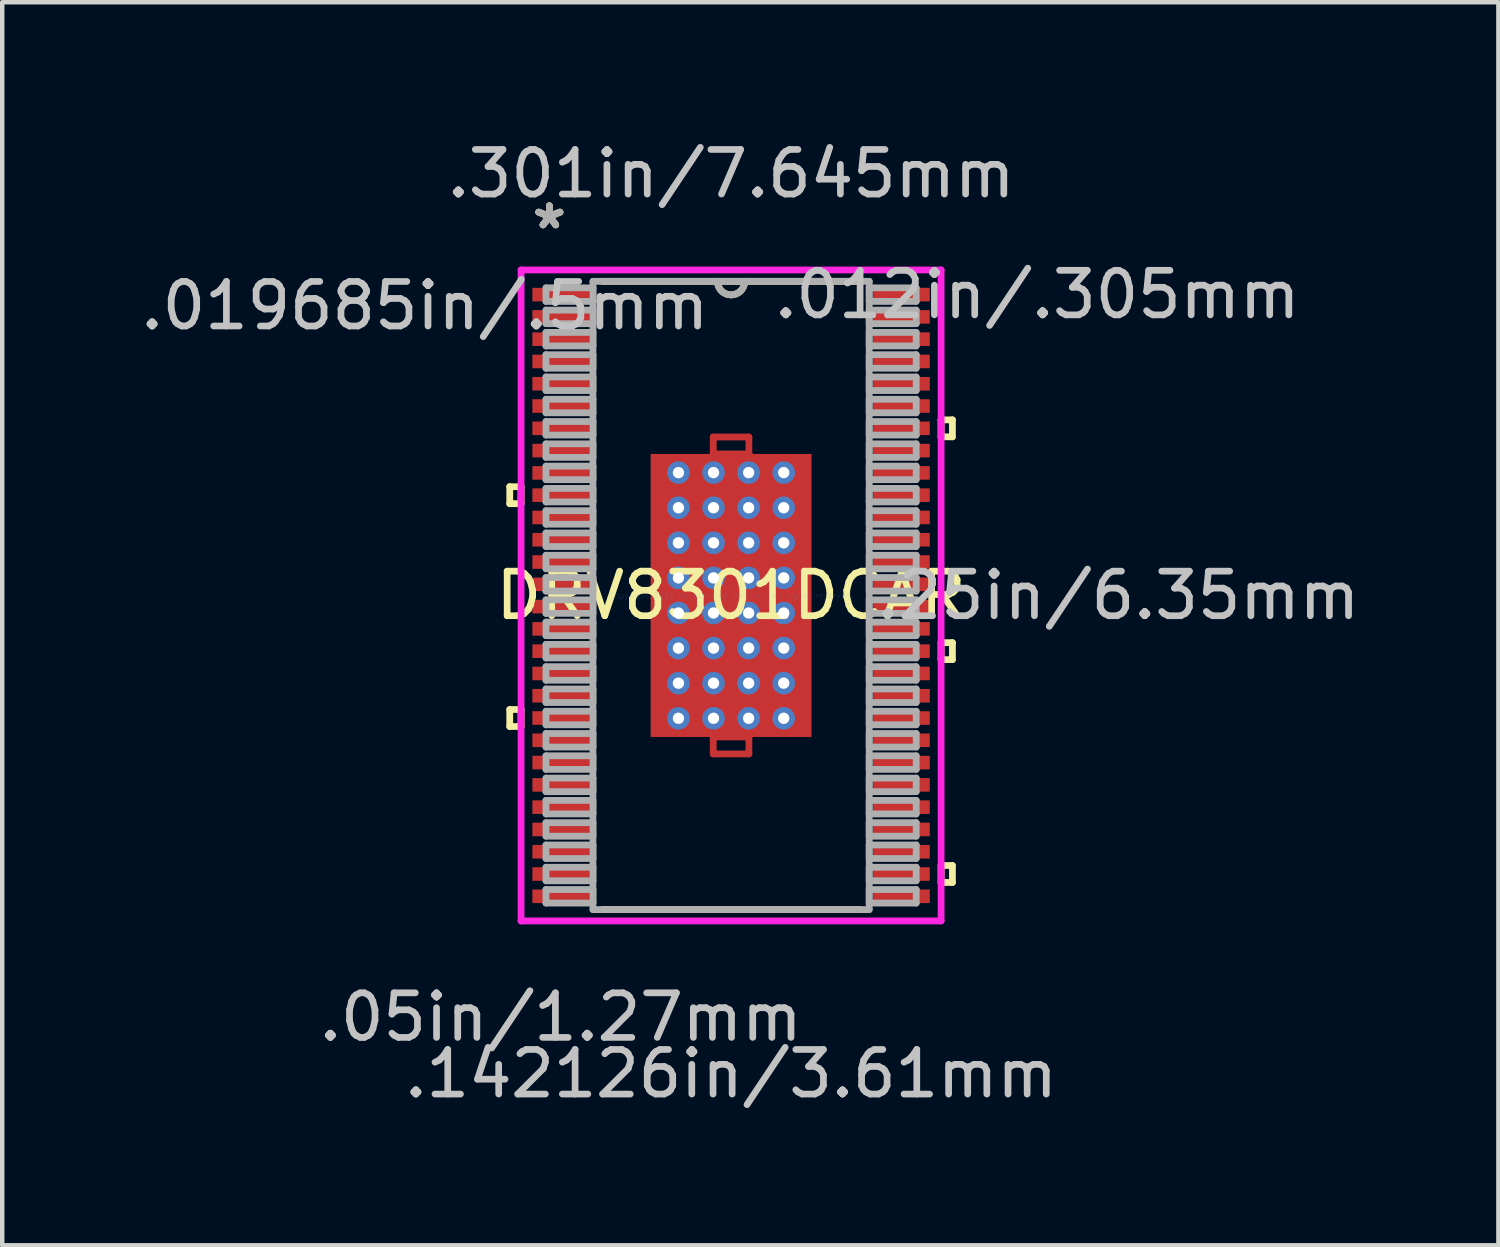
<source format=kicad_pcb>
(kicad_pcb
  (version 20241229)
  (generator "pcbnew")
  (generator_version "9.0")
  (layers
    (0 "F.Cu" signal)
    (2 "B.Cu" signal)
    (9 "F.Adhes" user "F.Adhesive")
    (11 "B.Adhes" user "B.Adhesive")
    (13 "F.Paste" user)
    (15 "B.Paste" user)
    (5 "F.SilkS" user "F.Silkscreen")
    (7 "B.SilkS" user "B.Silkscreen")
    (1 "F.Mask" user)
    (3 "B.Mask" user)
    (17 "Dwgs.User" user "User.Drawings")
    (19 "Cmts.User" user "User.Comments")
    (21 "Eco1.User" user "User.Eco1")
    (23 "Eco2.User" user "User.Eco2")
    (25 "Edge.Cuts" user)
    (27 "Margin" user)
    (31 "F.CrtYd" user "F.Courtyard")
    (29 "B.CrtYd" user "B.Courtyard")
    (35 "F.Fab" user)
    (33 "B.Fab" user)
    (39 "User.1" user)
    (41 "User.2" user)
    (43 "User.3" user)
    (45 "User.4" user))
  (footprint "DRV8301DCAR"
    (layer "F.Cu")
    (at 13.353 10.31)
    (property "Reference" "DRV8301DCAR" (at 0 0 0) (layer "F.SilkS") (effects (font (size 1 1) (thickness 0.15))))
    (attr through_hole)
    (fp_line (start -0.4 -3.555) (end 0.4 -3.555) (stroke (width 0.152) (type solid)) (layer "F.Cu"))
    (fp_line (start -0.4 -3.175) (end -0.4 -3.555) (stroke (width 0.152) (type solid)) (layer "F.Cu"))
    (fp_line (start -0.4 -3.175) (end -0.4 -3.175) (stroke (width 0.152) (type solid)) (layer "F.Cu"))
    (fp_line (start -0.4 -3.175) (end -0.4 -3.175) (stroke (width 0.152) (type solid)) (layer "F.Cu"))
    (fp_line (start -0.4 3.175) (end -0.4 3.175) (stroke (width 0.152) (type solid)) (layer "F.Cu"))
    (fp_line (start -0.4 3.175) (end -0.4 3.175) (stroke (width 0.152) (type solid)) (layer "F.Cu"))
    (fp_line (start -0.4 3.175) (end -0.4 3.555) (stroke (width 0.152) (type solid)) (layer "F.Cu"))
    (fp_line (start -0.4 3.555) (end 0.4 3.555) (stroke (width 0.152) (type solid)) (layer "F.Cu"))
    (fp_line (start 0.4 -3.555) (end 0.4 -3.175) (stroke (width 0.152) (type solid)) (layer "F.Cu"))
    (fp_line (start 0.4 -3.175) (end -0.4 -3.175) (stroke (width 0.152) (type solid)) (layer "F.Cu"))
    (fp_line (start 0.4 -3.175) (end 0.4 -3.175) (stroke (width 0.152) (type solid)) (layer "F.Cu"))
    (fp_line (start 0.4 -3.175) (end 0.4 -3.175) (stroke (width 0.152) (type solid)) (layer "F.Cu"))
    (fp_line (start 0.4 3.175) (end -0.4 3.175) (stroke (width 0.152) (type solid)) (layer "F.Cu"))
    (fp_line (start 0.4 3.175) (end 0.4 3.175) (stroke (width 0.152) (type solid)) (layer "F.Cu"))
    (fp_line (start 0.4 3.175) (end 0.4 3.175) (stroke (width 0.152) (type solid)) (layer "F.Cu"))
    (fp_line (start 0.4 3.555) (end 0.4 3.175) (stroke (width 0.152) (type solid)) (layer "F.Cu"))
    (fp_line (start -1.869 -3.239) (end -1.381 -3.239) (stroke (width 0.152) (type solid)) (layer "F.Mask"))
    (fp_line (start -1.869 -3.239) (end 1.869 -3.239) (stroke (width 0.152) (type solid)) (layer "F.Mask"))
    (fp_line (start -1.869 -2.956) (end -1.869 -3.239) (stroke (width 0.152) (type solid)) (layer "F.Mask"))
    (fp_line (start -1.869 -2.556) (end 1.869 -2.556) (stroke (width 0.152) (type solid)) (layer "F.Mask"))
    (fp_line (start -1.869 -2.168) (end -1.869 -2.556) (stroke (width 0.152) (type solid)) (layer "F.Mask"))
    (fp_line (start -1.869 -1.768) (end 1.869 -1.768) (stroke (width 0.152) (type solid)) (layer "F.Mask"))
    (fp_line (start -1.869 -1.381) (end -1.869 -1.768) (stroke (width 0.152) (type solid)) (layer "F.Mask"))
    (fp_line (start -1.869 -0.981) (end 1.869 -0.981) (stroke (width 0.152) (type solid)) (layer "F.Mask"))
    (fp_line (start -1.869 -0.594) (end -1.869 -0.981) (stroke (width 0.152) (type solid)) (layer "F.Mask"))
    (fp_line (start -1.869 -0.194) (end 1.869 -0.194) (stroke (width 0.152) (type solid)) (layer "F.Mask"))
    (fp_line (start -1.869 0.194) (end -1.869 -0.194) (stroke (width 0.152) (type solid)) (layer "F.Mask"))
    (fp_line (start -1.869 0.594) (end 1.869 0.594) (stroke (width 0.152) (type solid)) (layer "F.Mask"))
    (fp_line (start -1.869 0.981) (end -1.869 0.594) (stroke (width 0.152) (type solid)) (layer "F.Mask"))
    (fp_line (start -1.869 1.381) (end 1.869 1.381) (stroke (width 0.152) (type solid)) (layer "F.Mask"))
    (fp_line (start -1.869 1.768) (end -1.869 1.381) (stroke (width 0.152) (type solid)) (layer "F.Mask"))
    (fp_line (start -1.869 2.168) (end 1.869 2.168) (stroke (width 0.152) (type solid)) (layer "F.Mask"))
    (fp_line (start -1.869 2.556) (end -1.869 2.168) (stroke (width 0.152) (type solid)) (layer "F.Mask"))
    (fp_line (start -1.869 2.956) (end 1.869 2.956) (stroke (width 0.152) (type solid)) (layer "F.Mask"))
    (fp_line (start -1.869 3.239) (end -1.869 -3.239) (stroke (width 0.152) (type solid)) (layer "F.Mask"))
    (fp_line (start -1.869 3.239) (end -1.869 2.956) (stroke (width 0.152) (type solid)) (layer "F.Mask"))
    (fp_line (start -1.381 -3.239) (end -1.381 3.239) (stroke (width 0.152) (type solid)) (layer "F.Mask"))
    (fp_line (start -1.381 3.239) (end -1.869 3.239) (stroke (width 0.152) (type solid)) (layer "F.Mask"))
    (fp_line (start -0.981 -3.239) (end -0.981 3.239) (stroke (width 0.152) (type solid)) (layer "F.Mask"))
    (fp_line (start -0.981 3.239) (end -0.594 3.239) (stroke (width 0.152) (type solid)) (layer "F.Mask"))
    (fp_line (start -0.594 -3.239) (end -0.981 -3.239) (stroke (width 0.152) (type solid)) (layer "F.Mask"))
    (fp_line (start -0.594 3.239) (end -0.594 -3.239) (stroke (width 0.152) (type solid)) (layer "F.Mask"))
    (fp_line (start -0.4 -3.555) (end 0.4 -3.555) (stroke (width 0.152) (type solid)) (layer "F.Mask"))
    (fp_line (start -0.4 -3.175) (end -0.4 -3.555) (stroke (width 0.152) (type solid)) (layer "F.Mask"))
    (fp_line (start -0.4 -3.175) (end -0.4 -3.175) (stroke (width 0.152) (type solid)) (layer "F.Mask"))
    (fp_line (start -0.4 -3.175) (end -0.4 -3.175) (stroke (width 0.152) (type solid)) (layer "F.Mask"))
    (fp_line (start -0.4 3.175) (end -0.4 3.175) (stroke (width 0.152) (type solid)) (layer "F.Mask"))
    (fp_line (start -0.4 3.175) (end -0.4 3.175) (stroke (width 0.152) (type solid)) (layer "F.Mask"))
    (fp_line (start -0.4 3.175) (end -0.4 3.555) (stroke (width 0.152) (type solid)) (layer "F.Mask"))
    (fp_line (start -0.4 3.555) (end 0.4 3.555) (stroke (width 0.152) (type solid)) (layer "F.Mask"))
    (fp_line (start -0.194 -3.239) (end -0.194 3.239) (stroke (width 0.152) (type solid)) (layer "F.Mask"))
    (fp_line (start -0.194 3.239) (end 0.194 3.239) (stroke (width 0.152) (type solid)) (layer "F.Mask"))
    (fp_line (start 0.194 -3.239) (end -0.194 -3.239) (stroke (width 0.152) (type solid)) (layer "F.Mask"))
    (fp_line (start 0.194 3.239) (end 0.194 -3.239) (stroke (width 0.152) (type solid)) (layer "F.Mask"))
    (fp_line (start 0.4 -3.555) (end 0.4 -3.175) (stroke (width 0.152) (type solid)) (layer "F.Mask"))
    (fp_line (start 0.4 -3.175) (end -0.4 -3.175) (stroke (width 0.152) (type solid)) (layer "F.Mask"))
    (fp_line (start 0.4 -3.175) (end 0.4 -3.175) (stroke (width 0.152) (type solid)) (layer "F.Mask"))
    (fp_line (start 0.4 -3.175) (end 0.4 -3.175) (stroke (width 0.152) (type solid)) (layer "F.Mask"))
    (fp_line (start 0.4 3.175) (end -0.4 3.175) (stroke (width 0.152) (type solid)) (layer "F.Mask"))
    (fp_line (start 0.4 3.175) (end 0.4 3.175) (stroke (width 0.152) (type solid)) (layer "F.Mask"))
    (fp_line (start 0.4 3.175) (end 0.4 3.175) (stroke (width 0.152) (type solid)) (layer "F.Mask"))
    (fp_line (start 0.4 3.555) (end 0.4 3.175) (stroke (width 0.152) (type solid)) (layer "F.Mask"))
    (fp_line (start 0.594 -3.239) (end 0.594 3.239) (stroke (width 0.152) (type solid)) (layer "F.Mask"))
    (fp_line (start 0.594 3.239) (end 0.981 3.239) (stroke (width 0.152) (type solid)) (layer "F.Mask"))
    (fp_line (start 0.981 -3.239) (end 0.594 -3.239) (stroke (width 0.152) (type solid)) (layer "F.Mask"))
    (fp_line (start 0.981 3.239) (end 0.981 -3.239) (stroke (width 0.152) (type solid)) (layer "F.Mask"))
    (fp_line (start 1.381 -3.239) (end 1.869 -3.239) (stroke (width 0.152) (type solid)) (layer "F.Mask"))
    (fp_line (start 1.381 3.239) (end 1.381 -3.239) (stroke (width 0.152) (type solid)) (layer "F.Mask"))
    (fp_line (start 1.869 -3.239) (end 1.869 -2.956) (stroke (width 0.152) (type solid)) (layer "F.Mask"))
    (fp_line (start 1.869 -3.239) (end 1.869 3.239) (stroke (width 0.152) (type solid)) (layer "F.Mask"))
    (fp_line (start 1.869 -2.956) (end -1.869 -2.956) (stroke (width 0.152) (type solid)) (layer "F.Mask"))
    (fp_line (start 1.869 -2.556) (end 1.869 -2.168) (stroke (width 0.152) (type solid)) (layer "F.Mask"))
    (fp_line (start 1.869 -2.168) (end -1.869 -2.168) (stroke (width 0.152) (type solid)) (layer "F.Mask"))
    (fp_line (start 1.869 -1.768) (end 1.869 -1.381) (stroke (width 0.152) (type solid)) (layer "F.Mask"))
    (fp_line (start 1.869 -1.381) (end -1.869 -1.381) (stroke (width 0.152) (type solid)) (layer "F.Mask"))
    (fp_line (start 1.869 -0.981) (end 1.869 -0.594) (stroke (width 0.152) (type solid)) (layer "F.Mask"))
    (fp_line (start 1.869 -0.594) (end -1.869 -0.594) (stroke (width 0.152) (type solid)) (layer "F.Mask"))
    (fp_line (start 1.869 -0.194) (end 1.869 0.194) (stroke (width 0.152) (type solid)) (layer "F.Mask"))
    (fp_line (start 1.869 0.194) (end -1.869 0.194) (stroke (width 0.152) (type solid)) (layer "F.Mask"))
    (fp_line (start 1.869 0.594) (end 1.869 0.981) (stroke (width 0.152) (type solid)) (layer "F.Mask"))
    (fp_line (start 1.869 0.981) (end -1.869 0.981) (stroke (width 0.152) (type solid)) (layer "F.Mask"))
    (fp_line (start 1.869 1.381) (end 1.869 1.768) (stroke (width 0.152) (type solid)) (layer "F.Mask"))
    (fp_line (start 1.869 1.768) (end -1.869 1.768) (stroke (width 0.152) (type solid)) (layer "F.Mask"))
    (fp_line (start 1.869 2.168) (end 1.869 2.556) (stroke (width 0.152) (type solid)) (layer "F.Mask"))
    (fp_line (start 1.869 2.556) (end -1.869 2.556) (stroke (width 0.152) (type solid)) (layer "F.Mask"))
    (fp_line (start 1.869 2.956) (end 1.869 3.239) (stroke (width 0.152) (type solid)) (layer "F.Mask"))
    (fp_line (start 1.869 3.239) (end -1.869 3.239) (stroke (width 0.152) (type solid)) (layer "F.Mask"))
    (fp_line (start 1.869 3.239) (end 1.381 3.239) (stroke (width 0.152) (type solid)) (layer "F.Mask"))
    (fp_line (start -4.966 -2.44) (end -4.966 -2.059) (stroke (width 0.152) (type solid)) (layer "F.SilkS"))
    (fp_line (start -4.966 -2.059) (end -4.712 -2.059) (stroke (width 0.152) (type solid)) (layer "F.SilkS"))
    (fp_line (start -4.966 2.559) (end -4.966 2.94) (stroke (width 0.152) (type solid)) (layer "F.SilkS"))
    (fp_line (start -4.966 2.94) (end -4.712 2.94) (stroke (width 0.152) (type solid)) (layer "F.SilkS"))
    (fp_line (start -4.712 -2.44) (end -4.966 -2.44) (stroke (width 0.152) (type solid)) (layer "F.SilkS"))
    (fp_line (start -4.712 -2.059) (end -4.712 -2.44) (stroke (width 0.152) (type solid)) (layer "F.SilkS"))
    (fp_line (start -4.712 2.559) (end -4.966 2.559) (stroke (width 0.152) (type solid)) (layer "F.SilkS"))
    (fp_line (start -4.712 2.94) (end -4.712 2.559) (stroke (width 0.152) (type solid)) (layer "F.SilkS"))
    (fp_line (start -2.889 7.048) (end 2.889 7.048) (stroke (width 0.152) (type solid)) (layer "F.SilkS"))
    (fp_line (start 2.889 -7.048) (end -2.889 -7.048) (stroke (width 0.152) (type solid)) (layer "F.SilkS"))
    (fp_line (start 4.712 -3.94) (end 4.966 -3.94) (stroke (width 0.152) (type solid)) (layer "F.SilkS"))
    (fp_line (start 4.712 -3.559) (end 4.712 -3.94) (stroke (width 0.152) (type solid)) (layer "F.SilkS"))
    (fp_line (start 4.712 1.059) (end 4.966 1.059) (stroke (width 0.152) (type solid)) (layer "F.SilkS"))
    (fp_line (start 4.712 1.44) (end 4.712 1.059) (stroke (width 0.152) (type solid)) (layer "F.SilkS"))
    (fp_line (start 4.712 6.059) (end 4.966 6.059) (stroke (width 0.152) (type solid)) (layer "F.SilkS"))
    (fp_line (start 4.712 6.44) (end 4.712 6.059) (stroke (width 0.152) (type solid)) (layer "F.SilkS"))
    (fp_line (start 4.966 -3.94) (end 4.966 -3.559) (stroke (width 0.152) (type solid)) (layer "F.SilkS"))
    (fp_line (start 4.966 -3.559) (end 4.712 -3.559) (stroke (width 0.152) (type solid)) (layer "F.SilkS"))
    (fp_line (start 4.966 1.059) (end 4.966 1.44) (stroke (width 0.152) (type solid)) (layer "F.SilkS"))
    (fp_line (start 4.966 1.44) (end 4.712 1.44) (stroke (width 0.152) (type solid)) (layer "F.SilkS"))
    (fp_line (start 4.966 6.059) (end 4.966 6.44) (stroke (width 0.152) (type solid)) (layer "F.SilkS"))
    (fp_line (start 4.966 6.44) (end 4.712 6.44) (stroke (width 0.152) (type solid)) (layer "F.SilkS"))
    (fp_arc (start 0.3048 -7.0485) (mid 0 -6.7437) (end -0.3048 -7.0485) (stroke (width 0.1524) (type solid)) (layer "F.SilkS"))
    (fp_line (start -1.73 -3.1) (end -1.73 -2.856) (stroke (width 0.152) (type solid)) (layer "F.Paste"))
    (fp_line (start -1.73 -2.856) (end -1.423 -2.856) (stroke (width 0.152) (type solid)) (layer "F.Paste"))
    (fp_line (start -1.73 -2.656) (end -1.73 -2.068) (stroke (width 0.152) (type solid)) (layer "F.Paste"))
    (fp_line (start -1.73 -2.068) (end -1.423 -2.068) (stroke (width 0.152) (type solid)) (layer "F.Paste"))
    (fp_line (start -1.73 -1.869) (end -1.73 -1.281) (stroke (width 0.152) (type solid)) (layer "F.Paste"))
    (fp_line (start -1.73 -1.281) (end -1.423 -1.281) (stroke (width 0.152) (type solid)) (layer "F.Paste"))
    (fp_line (start -1.73 -1.081) (end -1.73 -0.494) (stroke (width 0.152) (type solid)) (layer "F.Paste"))
    (fp_line (start -1.73 -0.494) (end -1.423 -0.494) (stroke (width 0.152) (type solid)) (layer "F.Paste"))
    (fp_line (start -1.73 -0.294) (end -1.73 0.294) (stroke (width 0.152) (type solid)) (layer "F.Paste"))
    (fp_line (start -1.73 0.294) (end -1.423 0.294) (stroke (width 0.152) (type solid)) (layer "F.Paste"))
    (fp_line (start -1.73 0.494) (end -1.73 1.081) (stroke (width 0.152) (type solid)) (layer "F.Paste"))
    (fp_line (start -1.73 1.081) (end -1.423 1.081) (stroke (width 0.152) (type solid)) (layer "F.Paste"))
    (fp_line (start -1.73 1.281) (end -1.73 1.869) (stroke (width 0.152) (type solid)) (layer "F.Paste"))
    (fp_line (start -1.73 1.869) (end -1.423 1.869) (stroke (width 0.152) (type solid)) (layer "F.Paste"))
    (fp_line (start -1.73 2.068) (end -1.73 2.656) (stroke (width 0.152) (type solid)) (layer "F.Paste"))
    (fp_line (start -1.73 2.656) (end -1.423 2.656) (stroke (width 0.152) (type solid)) (layer "F.Paste"))
    (fp_line (start -1.73 2.856) (end -1.73 3.1) (stroke (width 0.152) (type solid)) (layer "F.Paste"))
    (fp_line (start -1.73 3.1) (end -1.281 3.1) (stroke (width 0.152) (type solid)) (layer "F.Paste"))
    (fp_line (start -1.423 -2.856) (end -1.423 -2.856) (stroke (width 0.152) (type solid)) (layer "F.Paste"))
    (fp_line (start -1.423 -2.856) (end -1.281 -2.997) (stroke (width 0.152) (type solid)) (layer "F.Paste"))
    (fp_line (start -1.423 -2.656) (end -1.73 -2.656) (stroke (width 0.152) (type solid)) (layer "F.Paste"))
    (fp_line (start -1.423 -2.656) (end -1.423 -2.656) (stroke (width 0.152) (type solid)) (layer "F.Paste"))
    (fp_line (start -1.423 -2.068) (end -1.423 -2.068) (stroke (width 0.152) (type solid)) (layer "F.Paste"))
    (fp_line (start -1.423 -2.068) (end -1.281 -2.21) (stroke (width 0.152) (type solid)) (layer "F.Paste"))
    (fp_line (start -1.423 -1.869) (end -1.73 -1.869) (stroke (width 0.152) (type solid)) (layer "F.Paste"))
    (fp_line (start -1.423 -1.869) (end -1.423 -1.869) (stroke (width 0.152) (type solid)) (layer "F.Paste"))
    (fp_line (start -1.423 -1.281) (end -1.423 -1.281) (stroke (width 0.152) (type solid)) (layer "F.Paste"))
    (fp_line (start -1.423 -1.281) (end -1.281 -1.423) (stroke (width 0.152) (type solid)) (layer "F.Paste"))
    (fp_line (start -1.423 -1.081) (end -1.73 -1.081) (stroke (width 0.152) (type solid)) (layer "F.Paste"))
    (fp_line (start -1.423 -1.081) (end -1.423 -1.081) (stroke (width 0.152) (type solid)) (layer "F.Paste"))
    (fp_line (start -1.423 -0.494) (end -1.423 -0.494) (stroke (width 0.152) (type solid)) (layer "F.Paste"))
    (fp_line (start -1.423 -0.494) (end -1.281 -0.635) (stroke (width 0.152) (type solid)) (layer "F.Paste"))
    (fp_line (start -1.423 -0.294) (end -1.73 -0.294) (stroke (width 0.152) (type solid)) (layer "F.Paste"))
    (fp_line (start -1.423 -0.294) (end -1.423 -0.294) (stroke (width 0.152) (type solid)) (layer "F.Paste"))
    (fp_line (start -1.423 0.294) (end -1.423 0.294) (stroke (width 0.152) (type solid)) (layer "F.Paste"))
    (fp_line (start -1.423 0.294) (end -1.281 0.152) (stroke (width 0.152) (type solid)) (layer "F.Paste"))
    (fp_line (start -1.423 0.494) (end -1.73 0.494) (stroke (width 0.152) (type solid)) (layer "F.Paste"))
    (fp_line (start -1.423 0.494) (end -1.423 0.494) (stroke (width 0.152) (type solid)) (layer "F.Paste"))
    (fp_line (start -1.423 1.081) (end -1.423 1.081) (stroke (width 0.152) (type solid)) (layer "F.Paste"))
    (fp_line (start -1.423 1.081) (end -1.281 0.94) (stroke (width 0.152) (type solid)) (layer "F.Paste"))
    (fp_line (start -1.423 1.281) (end -1.73 1.281) (stroke (width 0.152) (type solid)) (layer "F.Paste"))
    (fp_line (start -1.423 1.281) (end -1.423 1.281) (stroke (width 0.152) (type solid)) (layer "F.Paste"))
    (fp_line (start -1.423 1.869) (end -1.423 1.869) (stroke (width 0.152) (type solid)) (layer "F.Paste"))
    (fp_line (start -1.423 1.869) (end -1.281 1.727) (stroke (width 0.152) (type solid)) (layer "F.Paste"))
    (fp_line (start -1.423 2.068) (end -1.73 2.068) (stroke (width 0.152) (type solid)) (layer "F.Paste"))
    (fp_line (start -1.423 2.068) (end -1.423 2.068) (stroke (width 0.152) (type solid)) (layer "F.Paste"))
    (fp_line (start -1.423 2.656) (end -1.423 2.656) (stroke (width 0.152) (type solid)) (layer "F.Paste"))
    (fp_line (start -1.423 2.656) (end -1.281 2.514) (stroke (width 0.152) (type solid)) (layer "F.Paste"))
    (fp_line (start -1.423 2.856) (end -1.73 2.856) (stroke (width 0.152) (type solid)) (layer "F.Paste"))
    (fp_line (start -1.423 2.856) (end -1.423 2.856) (stroke (width 0.152) (type solid)) (layer "F.Paste"))
    (fp_line (start -1.281 -3.1) (end -1.73 -3.1) (stroke (width 0.152) (type solid)) (layer "F.Paste"))
    (fp_line (start -1.281 -2.997) (end -1.281 -3.1) (stroke (width 0.152) (type solid)) (layer "F.Paste"))
    (fp_line (start -1.281 -2.997) (end -1.281 -2.997) (stroke (width 0.152) (type solid)) (layer "F.Paste"))
    (fp_line (start -1.281 -2.514) (end -1.423 -2.656) (stroke (width 0.152) (type solid)) (layer "F.Paste"))
    (fp_line (start -1.281 -2.514) (end -1.281 -2.514) (stroke (width 0.152) (type solid)) (layer "F.Paste"))
    (fp_line (start -1.281 -2.21) (end -1.281 -2.514) (stroke (width 0.152) (type solid)) (layer "F.Paste"))
    (fp_line (start -1.281 -2.21) (end -1.281 -2.21) (stroke (width 0.152) (type solid)) (layer "F.Paste"))
    (fp_line (start -1.281 -1.727) (end -1.423 -1.869) (stroke (width 0.152) (type solid)) (layer "F.Paste"))
    (fp_line (start -1.281 -1.727) (end -1.281 -1.727) (stroke (width 0.152) (type solid)) (layer "F.Paste"))
    (fp_line (start -1.281 -1.423) (end -1.281 -1.727) (stroke (width 0.152) (type solid)) (layer "F.Paste"))
    (fp_line (start -1.281 -1.423) (end -1.281 -1.423) (stroke (width 0.152) (type solid)) (layer "F.Paste"))
    (fp_line (start -1.281 -0.94) (end -1.423 -1.081) (stroke (width 0.152) (type solid)) (layer "F.Paste"))
    (fp_line (start -1.281 -0.94) (end -1.281 -0.94) (stroke (width 0.152) (type solid)) (layer "F.Paste"))
    (fp_line (start -1.281 -0.635) (end -1.281 -0.94) (stroke (width 0.152) (type solid)) (layer "F.Paste"))
    (fp_line (start -1.281 -0.635) (end -1.281 -0.635) (stroke (width 0.152) (type solid)) (layer "F.Paste"))
    (fp_line (start -1.281 -0.152) (end -1.423 -0.294) (stroke (width 0.152) (type solid)) (layer "F.Paste"))
    (fp_line (start -1.281 -0.152) (end -1.281 -0.152) (stroke (width 0.152) (type solid)) (layer "F.Paste"))
    (fp_line (start -1.281 0.152) (end -1.281 -0.152) (stroke (width 0.152) (type solid)) (layer "F.Paste"))
    (fp_line (start -1.281 0.152) (end -1.281 0.152) (stroke (width 0.152) (type solid)) (layer "F.Paste"))
    (fp_line (start -1.281 0.635) (end -1.423 0.494) (stroke (width 0.152) (type solid)) (layer "F.Paste"))
    (fp_line (start -1.281 0.635) (end -1.281 0.635) (stroke (width 0.152) (type solid)) (layer "F.Paste"))
    (fp_line (start -1.281 0.94) (end -1.281 0.635) (stroke (width 0.152) (type solid)) (layer "F.Paste"))
    (fp_line (start -1.281 0.94) (end -1.281 0.94) (stroke (width 0.152) (type solid)) (layer "F.Paste"))
    (fp_line (start -1.281 1.423) (end -1.423 1.281) (stroke (width 0.152) (type solid)) (layer "F.Paste"))
    (fp_line (start -1.281 1.423) (end -1.281 1.423) (stroke (width 0.152) (type solid)) (layer "F.Paste"))
    (fp_line (start -1.281 1.727) (end -1.281 1.423) (stroke (width 0.152) (type solid)) (layer "F.Paste"))
    (fp_line (start -1.281 1.727) (end -1.281 1.727) (stroke (width 0.152) (type solid)) (layer "F.Paste"))
    (fp_line (start -1.281 2.21) (end -1.423 2.068) (stroke (width 0.152) (type solid)) (layer "F.Paste"))
    (fp_line (start -1.281 2.21) (end -1.281 2.21) (stroke (width 0.152) (type solid)) (layer "F.Paste"))
    (fp_line (start -1.281 2.514) (end -1.281 2.21) (stroke (width 0.152) (type solid)) (layer "F.Paste"))
    (fp_line (start -1.281 2.514) (end -1.281 2.514) (stroke (width 0.152) (type solid)) (layer "F.Paste"))
    (fp_line (start -1.281 2.997) (end -1.423 2.856) (stroke (width 0.152) (type solid)) (layer "F.Paste"))
    (fp_line (start -1.281 2.997) (end -1.281 2.997) (stroke (width 0.152) (type solid)) (layer "F.Paste"))
    (fp_line (start -1.281 3.1) (end -1.281 2.997) (stroke (width 0.152) (type solid)) (layer "F.Paste"))
    (fp_line (start -1.081 -3.1) (end -1.081 -2.997) (stroke (width 0.152) (type solid)) (layer "F.Paste"))
    (fp_line (start -1.081 -2.997) (end -1.081 -2.997) (stroke (width 0.152) (type solid)) (layer "F.Paste"))
    (fp_line (start -1.081 -2.997) (end -0.94 -2.856) (stroke (width 0.152) (type solid)) (layer "F.Paste"))
    (fp_line (start -1.081 -2.514) (end -1.081 -2.514) (stroke (width 0.152) (type solid)) (layer "F.Paste"))
    (fp_line (start -1.081 -2.514) (end -1.081 -2.21) (stroke (width 0.152) (type solid)) (layer "F.Paste"))
    (fp_line (start -1.081 -2.21) (end -1.081 -2.21) (stroke (width 0.152) (type solid)) (layer "F.Paste"))
    (fp_line (start -1.081 -2.21) (end -0.94 -2.068) (stroke (width 0.152) (type solid)) (layer "F.Paste"))
    (fp_line (start -1.081 -1.727) (end -1.081 -1.727) (stroke (width 0.152) (type solid)) (layer "F.Paste"))
    (fp_line (start -1.081 -1.727) (end -1.081 -1.423) (stroke (width 0.152) (type solid)) (layer "F.Paste"))
    (fp_line (start -1.081 -1.423) (end -1.081 -1.423) (stroke (width 0.152) (type solid)) (layer "F.Paste"))
    (fp_line (start -1.081 -1.423) (end -0.94 -1.281) (stroke (width 0.152) (type solid)) (layer "F.Paste"))
    (fp_line (start -1.081 -0.94) (end -1.081 -0.94) (stroke (width 0.152) (type solid)) (layer "F.Paste"))
    (fp_line (start -1.081 -0.94) (end -1.081 -0.635) (stroke (width 0.152) (type solid)) (layer "F.Paste"))
    (fp_line (start -1.081 -0.635) (end -1.081 -0.635) (stroke (width 0.152) (type solid)) (layer "F.Paste"))
    (fp_line (start -1.081 -0.635) (end -0.94 -0.494) (stroke (width 0.152) (type solid)) (layer "F.Paste"))
    (fp_line (start -1.081 -0.152) (end -1.081 -0.152) (stroke (width 0.152) (type solid)) (layer "F.Paste"))
    (fp_line (start -1.081 -0.152) (end -1.081 0.152) (stroke (width 0.152) (type solid)) (layer "F.Paste"))
    (fp_line (start -1.081 0.152) (end -1.081 0.152) (stroke (width 0.152) (type solid)) (layer "F.Paste"))
    (fp_line (start -1.081 0.152) (end -0.94 0.294) (stroke (width 0.152) (type solid)) (layer "F.Paste"))
    (fp_line (start -1.081 0.635) (end -1.081 0.635) (stroke (width 0.152) (type solid)) (layer "F.Paste"))
    (fp_line (start -1.081 0.635) (end -1.081 0.94) (stroke (width 0.152) (type solid)) (layer "F.Paste"))
    (fp_line (start -1.081 0.94) (end -1.081 0.94) (stroke (width 0.152) (type solid)) (layer "F.Paste"))
    (fp_line (start -1.081 0.94) (end -0.94 1.081) (stroke (width 0.152) (type solid)) (layer "F.Paste"))
    (fp_line (start -1.081 1.423) (end -1.081 1.423) (stroke (width 0.152) (type solid)) (layer "F.Paste"))
    (fp_line (start -1.081 1.423) (end -1.081 1.727) (stroke (width 0.152) (type solid)) (layer "F.Paste"))
    (fp_line (start -1.081 1.727) (end -1.081 1.727) (stroke (width 0.152) (type solid)) (layer "F.Paste"))
    (fp_line (start -1.081 1.727) (end -0.94 1.869) (stroke (width 0.152) (type solid)) (layer "F.Paste"))
    (fp_line (start -1.081 2.21) (end -1.081 2.21) (stroke (width 0.152) (type solid)) (layer "F.Paste"))
    (fp_line (start -1.081 2.21) (end -1.081 2.514) (stroke (width 0.152) (type solid)) (layer "F.Paste"))
    (fp_line (start -1.081 2.514) (end -1.081 2.514) (stroke (width 0.152) (type solid)) (layer "F.Paste"))
    (fp_line (start -1.081 2.514) (end -0.94 2.656) (stroke (width 0.152) (type solid)) (layer "F.Paste"))
    (fp_line (start -1.081 2.997) (end -1.081 2.997) (stroke (width 0.152) (type solid)) (layer "F.Paste"))
    (fp_line (start -1.081 2.997) (end -1.081 3.1) (stroke (width 0.152) (type solid)) (layer "F.Paste"))
    (fp_line (start -1.081 3.1) (end -0.494 3.1) (stroke (width 0.152) (type solid)) (layer "F.Paste"))
    (fp_line (start -0.94 -2.856) (end -0.94 -2.856) (stroke (width 0.152) (type solid)) (layer "F.Paste"))
    (fp_line (start -0.94 -2.856) (end -0.635 -2.856) (stroke (width 0.152) (type solid)) (layer "F.Paste"))
    (fp_line (start -0.94 -2.656) (end -1.081 -2.514) (stroke (width 0.152) (type solid)) (layer "F.Paste"))
    (fp_line (start -0.94 -2.656) (end -0.94 -2.656) (stroke (width 0.152) (type solid)) (layer "F.Paste"))
    (fp_line (start -0.94 -2.068) (end -0.94 -2.068) (stroke (width 0.152) (type solid)) (layer "F.Paste"))
    (fp_line (start -0.94 -2.068) (end -0.635 -2.068) (stroke (width 0.152) (type solid)) (layer "F.Paste"))
    (fp_line (start -0.94 -1.869) (end -1.081 -1.727) (stroke (width 0.152) (type solid)) (layer "F.Paste"))
    (fp_line (start -0.94 -1.869) (end -0.94 -1.869) (stroke (width 0.152) (type solid)) (layer "F.Paste"))
    (fp_line (start -0.94 -1.281) (end -0.94 -1.281) (stroke (width 0.152) (type solid)) (layer "F.Paste"))
    (fp_line (start -0.94 -1.281) (end -0.635 -1.281) (stroke (width 0.152) (type solid)) (layer "F.Paste"))
    (fp_line (start -0.94 -1.081) (end -1.081 -0.94) (stroke (width 0.152) (type solid)) (layer "F.Paste"))
    (fp_line (start -0.94 -1.081) (end -0.94 -1.081) (stroke (width 0.152) (type solid)) (layer "F.Paste"))
    (fp_line (start -0.94 -0.494) (end -0.94 -0.494) (stroke (width 0.152) (type solid)) (layer "F.Paste"))
    (fp_line (start -0.94 -0.494) (end -0.635 -0.494) (stroke (width 0.152) (type solid)) (layer "F.Paste"))
    (fp_line (start -0.94 -0.294) (end -1.081 -0.152) (stroke (width 0.152) (type solid)) (layer "F.Paste"))
    (fp_line (start -0.94 -0.294) (end -0.94 -0.294) (stroke (width 0.152) (type solid)) (layer "F.Paste"))
    (fp_line (start -0.94 0.294) (end -0.94 0.294) (stroke (width 0.152) (type solid)) (layer "F.Paste"))
    (fp_line (start -0.94 0.294) (end -0.635 0.294) (stroke (width 0.152) (type solid)) (layer "F.Paste"))
    (fp_line (start -0.94 0.494) (end -1.081 0.635) (stroke (width 0.152) (type solid)) (layer "F.Paste"))
    (fp_line (start -0.94 0.494) (end -0.94 0.494) (stroke (width 0.152) (type solid)) (layer "F.Paste"))
    (fp_line (start -0.94 1.081) (end -0.94 1.081) (stroke (width 0.152) (type solid)) (layer "F.Paste"))
    (fp_line (start -0.94 1.081) (end -0.635 1.081) (stroke (width 0.152) (type solid)) (layer "F.Paste"))
    (fp_line (start -0.94 1.281) (end -1.081 1.423) (stroke (width 0.152) (type solid)) (layer "F.Paste"))
    (fp_line (start -0.94 1.281) (end -0.94 1.281) (stroke (width 0.152) (type solid)) (layer "F.Paste"))
    (fp_line (start -0.94 1.869) (end -0.94 1.869) (stroke (width 0.152) (type solid)) (layer "F.Paste"))
    (fp_line (start -0.94 1.869) (end -0.635 1.869) (stroke (width 0.152) (type solid)) (layer "F.Paste"))
    (fp_line (start -0.94 2.068) (end -1.081 2.21) (stroke (width 0.152) (type solid)) (layer "F.Paste"))
    (fp_line (start -0.94 2.068) (end -0.94 2.068) (stroke (width 0.152) (type solid)) (layer "F.Paste"))
    (fp_line (start -0.94 2.656) (end -0.94 2.656) (stroke (width 0.152) (type solid)) (layer "F.Paste"))
    (fp_line (start -0.94 2.656) (end -0.635 2.656) (stroke (width 0.152) (type solid)) (layer "F.Paste"))
    (fp_line (start -0.94 2.856) (end -1.081 2.997) (stroke (width 0.152) (type solid)) (layer "F.Paste"))
    (fp_line (start -0.94 2.856) (end -0.94 2.856) (stroke (width 0.152) (type solid)) (layer "F.Paste"))
    (fp_line (start -0.635 -2.856) (end -0.635 -2.856) (stroke (width 0.152) (type solid)) (layer "F.Paste"))
    (fp_line (start -0.635 -2.856) (end -0.494 -2.997) (stroke (width 0.152) (type solid)) (layer "F.Paste"))
    (fp_line (start -0.635 -2.656) (end -0.94 -2.656) (stroke (width 0.152) (type solid)) (layer "F.Paste"))
    (fp_line (start -0.635 -2.656) (end -0.635 -2.656) (stroke (width 0.152) (type solid)) (layer "F.Paste"))
    (fp_line (start -0.635 -2.068) (end -0.635 -2.068) (stroke (width 0.152) (type solid)) (layer "F.Paste"))
    (fp_line (start -0.635 -2.068) (end -0.494 -2.21) (stroke (width 0.152) (type solid)) (layer "F.Paste"))
    (fp_line (start -0.635 -1.869) (end -0.94 -1.869) (stroke (width 0.152) (type solid)) (layer "F.Paste"))
    (fp_line (start -0.635 -1.869) (end -0.635 -1.869) (stroke (width 0.152) (type solid)) (layer "F.Paste"))
    (fp_line (start -0.635 -1.281) (end -0.635 -1.281) (stroke (width 0.152) (type solid)) (layer "F.Paste"))
    (fp_line (start -0.635 -1.281) (end -0.494 -1.423) (stroke (width 0.152) (type solid)) (layer "F.Paste"))
    (fp_line (start -0.635 -1.081) (end -0.94 -1.081) (stroke (width 0.152) (type solid)) (layer "F.Paste"))
    (fp_line (start -0.635 -1.081) (end -0.635 -1.081) (stroke (width 0.152) (type solid)) (layer "F.Paste"))
    (fp_line (start -0.635 -0.494) (end -0.635 -0.494) (stroke (width 0.152) (type solid)) (layer "F.Paste"))
    (fp_line (start -0.635 -0.494) (end -0.494 -0.635) (stroke (width 0.152) (type solid)) (layer "F.Paste"))
    (fp_line (start -0.635 -0.294) (end -0.94 -0.294) (stroke (width 0.152) (type solid)) (layer "F.Paste"))
    (fp_line (start -0.635 -0.294) (end -0.635 -0.294) (stroke (width 0.152) (type solid)) (layer "F.Paste"))
    (fp_line (start -0.635 0.294) (end -0.635 0.294) (stroke (width 0.152) (type solid)) (layer "F.Paste"))
    (fp_line (start -0.635 0.294) (end -0.494 0.152) (stroke (width 0.152) (type solid)) (layer "F.Paste"))
    (fp_line (start -0.635 0.494) (end -0.94 0.494) (stroke (width 0.152) (type solid)) (layer "F.Paste"))
    (fp_line (start -0.635 0.494) (end -0.635 0.494) (stroke (width 0.152) (type solid)) (layer "F.Paste"))
    (fp_line (start -0.635 1.081) (end -0.635 1.081) (stroke (width 0.152) (type solid)) (layer "F.Paste"))
    (fp_line (start -0.635 1.081) (end -0.494 0.94) (stroke (width 0.152) (type solid)) (layer "F.Paste"))
    (fp_line (start -0.635 1.281) (end -0.94 1.281) (stroke (width 0.152) (type solid)) (layer "F.Paste"))
    (fp_line (start -0.635 1.281) (end -0.635 1.281) (stroke (width 0.152) (type solid)) (layer "F.Paste"))
    (fp_line (start -0.635 1.869) (end -0.635 1.869) (stroke (width 0.152) (type solid)) (layer "F.Paste"))
    (fp_line (start -0.635 1.869) (end -0.494 1.727) (stroke (width 0.152) (type solid)) (layer "F.Paste"))
    (fp_line (start -0.635 2.068) (end -0.94 2.068) (stroke (width 0.152) (type solid)) (layer "F.Paste"))
    (fp_line (start -0.635 2.068) (end -0.635 2.068) (stroke (width 0.152) (type solid)) (layer "F.Paste"))
    (fp_line (start -0.635 2.656) (end -0.635 2.656) (stroke (width 0.152) (type solid)) (layer "F.Paste"))
    (fp_line (start -0.635 2.656) (end -0.494 2.514) (stroke (width 0.152) (type solid)) (layer "F.Paste"))
    (fp_line (start -0.635 2.856) (end -0.94 2.856) (stroke (width 0.152) (type solid)) (layer "F.Paste"))
    (fp_line (start -0.635 2.856) (end -0.635 2.856) (stroke (width 0.152) (type solid)) (layer "F.Paste"))
    (fp_line (start -0.494 -3.1) (end -1.081 -3.1) (stroke (width 0.152) (type solid)) (layer "F.Paste"))
    (fp_line (start -0.494 -2.997) (end -0.494 -3.1) (stroke (width 0.152) (type solid)) (layer "F.Paste"))
    (fp_line (start -0.494 -2.997) (end -0.494 -2.997) (stroke (width 0.152) (type solid)) (layer "F.Paste"))
    (fp_line (start -0.494 -2.514) (end -0.635 -2.656) (stroke (width 0.152) (type solid)) (layer "F.Paste"))
    (fp_line (start -0.494 -2.514) (end -0.494 -2.514) (stroke (width 0.152) (type solid)) (layer "F.Paste"))
    (fp_line (start -0.494 -2.21) (end -0.494 -2.514) (stroke (width 0.152) (type solid)) (layer "F.Paste"))
    (fp_line (start -0.494 -2.21) (end -0.494 -2.21) (stroke (width 0.152) (type solid)) (layer "F.Paste"))
    (fp_line (start -0.494 -1.727) (end -0.635 -1.869) (stroke (width 0.152) (type solid)) (layer "F.Paste"))
    (fp_line (start -0.494 -1.727) (end -0.494 -1.727) (stroke (width 0.152) (type solid)) (layer "F.Paste"))
    (fp_line (start -0.494 -1.423) (end -0.494 -1.727) (stroke (width 0.152) (type solid)) (layer "F.Paste"))
    (fp_line (start -0.494 -1.423) (end -0.494 -1.423) (stroke (width 0.152) (type solid)) (layer "F.Paste"))
    (fp_line (start -0.494 -0.94) (end -0.635 -1.081) (stroke (width 0.152) (type solid)) (layer "F.Paste"))
    (fp_line (start -0.494 -0.94) (end -0.494 -0.94) (stroke (width 0.152) (type solid)) (layer "F.Paste"))
    (fp_line (start -0.494 -0.635) (end -0.494 -0.94) (stroke (width 0.152) (type solid)) (layer "F.Paste"))
    (fp_line (start -0.494 -0.635) (end -0.494 -0.635) (stroke (width 0.152) (type solid)) (layer "F.Paste"))
    (fp_line (start -0.494 -0.152) (end -0.635 -0.294) (stroke (width 0.152) (type solid)) (layer "F.Paste"))
    (fp_line (start -0.494 -0.152) (end -0.494 -0.152) (stroke (width 0.152) (type solid)) (layer "F.Paste"))
    (fp_line (start -0.494 0.152) (end -0.494 -0.152) (stroke (width 0.152) (type solid)) (layer "F.Paste"))
    (fp_line (start -0.494 0.152) (end -0.494 0.152) (stroke (width 0.152) (type solid)) (layer "F.Paste"))
    (fp_line (start -0.494 0.635) (end -0.635 0.494) (stroke (width 0.152) (type solid)) (layer "F.Paste"))
    (fp_line (start -0.494 0.635) (end -0.494 0.635) (stroke (width 0.152) (type solid)) (layer "F.Paste"))
    (fp_line (start -0.494 0.94) (end -0.494 0.635) (stroke (width 0.152) (type solid)) (layer "F.Paste"))
    (fp_line (start -0.494 0.94) (end -0.494 0.94) (stroke (width 0.152) (type solid)) (layer "F.Paste"))
    (fp_line (start -0.494 1.423) (end -0.635 1.281) (stroke (width 0.152) (type solid)) (layer "F.Paste"))
    (fp_line (start -0.494 1.423) (end -0.494 1.423) (stroke (width 0.152) (type solid)) (layer "F.Paste"))
    (fp_line (start -0.494 1.727) (end -0.494 1.423) (stroke (width 0.152) (type solid)) (layer "F.Paste"))
    (fp_line (start -0.494 1.727) (end -0.494 1.727) (stroke (width 0.152) (type solid)) (layer "F.Paste"))
    (fp_line (start -0.494 2.21) (end -0.635 2.068) (stroke (width 0.152) (type solid)) (layer "F.Paste"))
    (fp_line (start -0.494 2.21) (end -0.494 2.21) (stroke (width 0.152) (type solid)) (layer "F.Paste"))
    (fp_line (start -0.494 2.514) (end -0.494 2.21) (stroke (width 0.152) (type solid)) (layer "F.Paste"))
    (fp_line (start -0.494 2.514) (end -0.494 2.514) (stroke (width 0.152) (type solid)) (layer "F.Paste"))
    (fp_line (start -0.494 2.997) (end -0.635 2.856) (stroke (width 0.152) (type solid)) (layer "F.Paste"))
    (fp_line (start -0.494 2.997) (end -0.494 2.997) (stroke (width 0.152) (type solid)) (layer "F.Paste"))
    (fp_line (start -0.494 3.1) (end -0.494 2.997) (stroke (width 0.152) (type solid)) (layer "F.Paste"))
    (fp_line (start -0.294 -3.1) (end -0.294 -2.997) (stroke (width 0.152) (type solid)) (layer "F.Paste"))
    (fp_line (start -0.294 -2.997) (end -0.294 -2.997) (stroke (width 0.152) (type solid)) (layer "F.Paste"))
    (fp_line (start -0.294 -2.997) (end -0.152 -2.856) (stroke (width 0.152) (type solid)) (layer "F.Paste"))
    (fp_line (start -0.294 -2.514) (end -0.294 -2.514) (stroke (width 0.152) (type solid)) (layer "F.Paste"))
    (fp_line (start -0.294 -2.514) (end -0.294 -2.21) (stroke (width 0.152) (type solid)) (layer "F.Paste"))
    (fp_line (start -0.294 -2.21) (end -0.294 -2.21) (stroke (width 0.152) (type solid)) (layer "F.Paste"))
    (fp_line (start -0.294 -2.21) (end -0.152 -2.068) (stroke (width 0.152) (type solid)) (layer "F.Paste"))
    (fp_line (start -0.294 -1.727) (end -0.294 -1.727) (stroke (width 0.152) (type solid)) (layer "F.Paste"))
    (fp_line (start -0.294 -1.727) (end -0.294 -1.423) (stroke (width 0.152) (type solid)) (layer "F.Paste"))
    (fp_line (start -0.294 -1.423) (end -0.294 -1.423) (stroke (width 0.152) (type solid)) (layer "F.Paste"))
    (fp_line (start -0.294 -1.423) (end -0.152 -1.281) (stroke (width 0.152) (type solid)) (layer "F.Paste"))
    (fp_line (start -0.294 -0.94) (end -0.294 -0.94) (stroke (width 0.152) (type solid)) (layer "F.Paste"))
    (fp_line (start -0.294 -0.94) (end -0.294 -0.635) (stroke (width 0.152) (type solid)) (layer "F.Paste"))
    (fp_line (start -0.294 -0.635) (end -0.294 -0.635) (stroke (width 0.152) (type solid)) (layer "F.Paste"))
    (fp_line (start -0.294 -0.635) (end -0.152 -0.494) (stroke (width 0.152) (type solid)) (layer "F.Paste"))
    (fp_line (start -0.294 -0.152) (end -0.294 -0.152) (stroke (width 0.152) (type solid)) (layer "F.Paste"))
    (fp_line (start -0.294 -0.152) (end -0.294 0.152) (stroke (width 0.152) (type solid)) (layer "F.Paste"))
    (fp_line (start -0.294 0.152) (end -0.294 0.152) (stroke (width 0.152) (type solid)) (layer "F.Paste"))
    (fp_line (start -0.294 0.152) (end -0.152 0.294) (stroke (width 0.152) (type solid)) (layer "F.Paste"))
    (fp_line (start -0.294 0.635) (end -0.294 0.635) (stroke (width 0.152) (type solid)) (layer "F.Paste"))
    (fp_line (start -0.294 0.635) (end -0.294 0.94) (stroke (width 0.152) (type solid)) (layer "F.Paste"))
    (fp_line (start -0.294 0.94) (end -0.294 0.94) (stroke (width 0.152) (type solid)) (layer "F.Paste"))
    (fp_line (start -0.294 0.94) (end -0.152 1.081) (stroke (width 0.152) (type solid)) (layer "F.Paste"))
    (fp_line (start -0.294 1.423) (end -0.294 1.423) (stroke (width 0.152) (type solid)) (layer "F.Paste"))
    (fp_line (start -0.294 1.423) (end -0.294 1.727) (stroke (width 0.152) (type solid)) (layer "F.Paste"))
    (fp_line (start -0.294 1.727) (end -0.294 1.727) (stroke (width 0.152) (type solid)) (layer "F.Paste"))
    (fp_line (start -0.294 1.727) (end -0.152 1.869) (stroke (width 0.152) (type solid)) (layer "F.Paste"))
    (fp_line (start -0.294 2.21) (end -0.294 2.21) (stroke (width 0.152) (type solid)) (layer "F.Paste"))
    (fp_line (start -0.294 2.21) (end -0.294 2.514) (stroke (width 0.152) (type solid)) (layer "F.Paste"))
    (fp_line (start -0.294 2.514) (end -0.294 2.514) (stroke (width 0.152) (type solid)) (layer "F.Paste"))
    (fp_line (start -0.294 2.514) (end -0.152 2.656) (stroke (width 0.152) (type solid)) (layer "F.Paste"))
    (fp_line (start -0.294 2.997) (end -0.294 2.997) (stroke (width 0.152) (type solid)) (layer "F.Paste"))
    (fp_line (start -0.294 2.997) (end -0.294 3.1) (stroke (width 0.152) (type solid)) (layer "F.Paste"))
    (fp_line (start -0.294 3.1) (end 0.294 3.1) (stroke (width 0.152) (type solid)) (layer "F.Paste"))
    (fp_line (start -0.152 -2.856) (end -0.152 -2.856) (stroke (width 0.152) (type solid)) (layer "F.Paste"))
    (fp_line (start -0.152 -2.856) (end 0.152 -2.856) (stroke (width 0.152) (type solid)) (layer "F.Paste"))
    (fp_line (start -0.152 -2.656) (end -0.294 -2.514) (stroke (width 0.152) (type solid)) (layer "F.Paste"))
    (fp_line (start -0.152 -2.656) (end -0.152 -2.656) (stroke (width 0.152) (type solid)) (layer "F.Paste"))
    (fp_line (start -0.152 -2.068) (end -0.152 -2.068) (stroke (width 0.152) (type solid)) (layer "F.Paste"))
    (fp_line (start -0.152 -2.068) (end 0.152 -2.068) (stroke (width 0.152) (type solid)) (layer "F.Paste"))
    (fp_line (start -0.152 -1.869) (end -0.294 -1.727) (stroke (width 0.152) (type solid)) (layer "F.Paste"))
    (fp_line (start -0.152 -1.869) (end -0.152 -1.869) (stroke (width 0.152) (type solid)) (layer "F.Paste"))
    (fp_line (start -0.152 -1.281) (end -0.152 -1.281) (stroke (width 0.152) (type solid)) (layer "F.Paste"))
    (fp_line (start -0.152 -1.281) (end 0.152 -1.281) (stroke (width 0.152) (type solid)) (layer "F.Paste"))
    (fp_line (start -0.152 -1.081) (end -0.294 -0.94) (stroke (width 0.152) (type solid)) (layer "F.Paste"))
    (fp_line (start -0.152 -1.081) (end -0.152 -1.081) (stroke (width 0.152) (type solid)) (layer "F.Paste"))
    (fp_line (start -0.152 -0.494) (end -0.152 -0.494) (stroke (width 0.152) (type solid)) (layer "F.Paste"))
    (fp_line (start -0.152 -0.494) (end 0.152 -0.494) (stroke (width 0.152) (type solid)) (layer "F.Paste"))
    (fp_line (start -0.152 -0.294) (end -0.294 -0.152) (stroke (width 0.152) (type solid)) (layer "F.Paste"))
    (fp_line (start -0.152 -0.294) (end -0.152 -0.294) (stroke (width 0.152) (type solid)) (layer "F.Paste"))
    (fp_line (start -0.152 0.294) (end -0.152 0.294) (stroke (width 0.152) (type solid)) (layer "F.Paste"))
    (fp_line (start -0.152 0.294) (end 0.152 0.294) (stroke (width 0.152) (type solid)) (layer "F.Paste"))
    (fp_line (start -0.152 0.494) (end -0.294 0.635) (stroke (width 0.152) (type solid)) (layer "F.Paste"))
    (fp_line (start -0.152 0.494) (end -0.152 0.494) (stroke (width 0.152) (type solid)) (layer "F.Paste"))
    (fp_line (start -0.152 1.081) (end -0.152 1.081) (stroke (width 0.152) (type solid)) (layer "F.Paste"))
    (fp_line (start -0.152 1.081) (end 0.152 1.081) (stroke (width 0.152) (type solid)) (layer "F.Paste"))
    (fp_line (start -0.152 1.281) (end -0.294 1.423) (stroke (width 0.152) (type solid)) (layer "F.Paste"))
    (fp_line (start -0.152 1.281) (end -0.152 1.281) (stroke (width 0.152) (type solid)) (layer "F.Paste"))
    (fp_line (start -0.152 1.869) (end -0.152 1.869) (stroke (width 0.152) (type solid)) (layer "F.Paste"))
    (fp_line (start -0.152 1.869) (end 0.152 1.869) (stroke (width 0.152) (type solid)) (layer "F.Paste"))
    (fp_line (start -0.152 2.068) (end -0.294 2.21) (stroke (width 0.152) (type solid)) (layer "F.Paste"))
    (fp_line (start -0.152 2.068) (end -0.152 2.068) (stroke (width 0.152) (type solid)) (layer "F.Paste"))
    (fp_line (start -0.152 2.656) (end -0.152 2.656) (stroke (width 0.152) (type solid)) (layer "F.Paste"))
    (fp_line (start -0.152 2.656) (end 0.152 2.656) (stroke (width 0.152) (type solid)) (layer "F.Paste"))
    (fp_line (start -0.152 2.856) (end -0.294 2.997) (stroke (width 0.152) (type solid)) (layer "F.Paste"))
    (fp_line (start -0.152 2.856) (end -0.152 2.856) (stroke (width 0.152) (type solid)) (layer "F.Paste"))
    (fp_line (start 0.152 -2.856) (end 0.152 -2.856) (stroke (width 0.152) (type solid)) (layer "F.Paste"))
    (fp_line (start 0.152 -2.856) (end 0.294 -2.997) (stroke (width 0.152) (type solid)) (layer "F.Paste"))
    (fp_line (start 0.152 -2.656) (end -0.152 -2.656) (stroke (width 0.152) (type solid)) (layer "F.Paste"))
    (fp_line (start 0.152 -2.656) (end 0.152 -2.656) (stroke (width 0.152) (type solid)) (layer "F.Paste"))
    (fp_line (start 0.152 -2.068) (end 0.152 -2.068) (stroke (width 0.152) (type solid)) (layer "F.Paste"))
    (fp_line (start 0.152 -2.068) (end 0.294 -2.21) (stroke (width 0.152) (type solid)) (layer "F.Paste"))
    (fp_line (start 0.152 -1.869) (end -0.152 -1.869) (stroke (width 0.152) (type solid)) (layer "F.Paste"))
    (fp_line (start 0.152 -1.869) (end 0.152 -1.869) (stroke (width 0.152) (type solid)) (layer "F.Paste"))
    (fp_line (start 0.152 -1.281) (end 0.152 -1.281) (stroke (width 0.152) (type solid)) (layer "F.Paste"))
    (fp_line (start 0.152 -1.281) (end 0.294 -1.423) (stroke (width 0.152) (type solid)) (layer "F.Paste"))
    (fp_line (start 0.152 -1.081) (end -0.152 -1.081) (stroke (width 0.152) (type solid)) (layer "F.Paste"))
    (fp_line (start 0.152 -1.081) (end 0.152 -1.081) (stroke (width 0.152) (type solid)) (layer "F.Paste"))
    (fp_line (start 0.152 -0.494) (end 0.152 -0.494) (stroke (width 0.152) (type solid)) (layer "F.Paste"))
    (fp_line (start 0.152 -0.494) (end 0.294 -0.635) (stroke (width 0.152) (type solid)) (layer "F.Paste"))
    (fp_line (start 0.152 -0.294) (end -0.152 -0.294) (stroke (width 0.152) (type solid)) (layer "F.Paste"))
    (fp_line (start 0.152 -0.294) (end 0.152 -0.294) (stroke (width 0.152) (type solid)) (layer "F.Paste"))
    (fp_line (start 0.152 0.294) (end 0.152 0.294) (stroke (width 0.152) (type solid)) (layer "F.Paste"))
    (fp_line (start 0.152 0.294) (end 0.294 0.152) (stroke (width 0.152) (type solid)) (layer "F.Paste"))
    (fp_line (start 0.152 0.494) (end -0.152 0.494) (stroke (width 0.152) (type solid)) (layer "F.Paste"))
    (fp_line (start 0.152 0.494) (end 0.152 0.494) (stroke (width 0.152) (type solid)) (layer "F.Paste"))
    (fp_line (start 0.152 1.081) (end 0.152 1.081) (stroke (width 0.152) (type solid)) (layer "F.Paste"))
    (fp_line (start 0.152 1.081) (end 0.294 0.94) (stroke (width 0.152) (type solid)) (layer "F.Paste"))
    (fp_line (start 0.152 1.281) (end -0.152 1.281) (stroke (width 0.152) (type solid)) (layer "F.Paste"))
    (fp_line (start 0.152 1.281) (end 0.152 1.281) (stroke (width 0.152) (type solid)) (layer "F.Paste"))
    (fp_line (start 0.152 1.869) (end 0.152 1.869) (stroke (width 0.152) (type solid)) (layer "F.Paste"))
    (fp_line (start 0.152 1.869) (end 0.294 1.727) (stroke (width 0.152) (type solid)) (layer "F.Paste"))
    (fp_line (start 0.152 2.068) (end -0.152 2.068) (stroke (width 0.152) (type solid)) (layer "F.Paste"))
    (fp_line (start 0.152 2.068) (end 0.152 2.068) (stroke (width 0.152) (type solid)) (layer "F.Paste"))
    (fp_line (start 0.152 2.656) (end 0.152 2.656) (stroke (width 0.152) (type solid)) (layer "F.Paste"))
    (fp_line (start 0.152 2.656) (end 0.294 2.514) (stroke (width 0.152) (type solid)) (layer "F.Paste"))
    (fp_line (start 0.152 2.856) (end -0.152 2.856) (stroke (width 0.152) (type solid)) (layer "F.Paste"))
    (fp_line (start 0.152 2.856) (end 0.152 2.856) (stroke (width 0.152) (type solid)) (layer "F.Paste"))
    (fp_line (start 0.294 -3.1) (end -0.294 -3.1) (stroke (width 0.152) (type solid)) (layer "F.Paste"))
    (fp_line (start 0.294 -2.997) (end 0.294 -3.1) (stroke (width 0.152) (type solid)) (layer "F.Paste"))
    (fp_line (start 0.294 -2.997) (end 0.294 -2.997) (stroke (width 0.152) (type solid)) (layer "F.Paste"))
    (fp_line (start 0.294 -2.514) (end 0.152 -2.656) (stroke (width 0.152) (type solid)) (layer "F.Paste"))
    (fp_line (start 0.294 -2.514) (end 0.294 -2.514) (stroke (width 0.152) (type solid)) (layer "F.Paste"))
    (fp_line (start 0.294 -2.21) (end 0.294 -2.514) (stroke (width 0.152) (type solid)) (layer "F.Paste"))
    (fp_line (start 0.294 -2.21) (end 0.294 -2.21) (stroke (width 0.152) (type solid)) (layer "F.Paste"))
    (fp_line (start 0.294 -1.727) (end 0.152 -1.869) (stroke (width 0.152) (type solid)) (layer "F.Paste"))
    (fp_line (start 0.294 -1.727) (end 0.294 -1.727) (stroke (width 0.152) (type solid)) (layer "F.Paste"))
    (fp_line (start 0.294 -1.423) (end 0.294 -1.727) (stroke (width 0.152) (type solid)) (layer "F.Paste"))
    (fp_line (start 0.294 -1.423) (end 0.294 -1.423) (stroke (width 0.152) (type solid)) (layer "F.Paste"))
    (fp_line (start 0.294 -0.94) (end 0.152 -1.081) (stroke (width 0.152) (type solid)) (layer "F.Paste"))
    (fp_line (start 0.294 -0.94) (end 0.294 -0.94) (stroke (width 0.152) (type solid)) (layer "F.Paste"))
    (fp_line (start 0.294 -0.635) (end 0.294 -0.94) (stroke (width 0.152) (type solid)) (layer "F.Paste"))
    (fp_line (start 0.294 -0.635) (end 0.294 -0.635) (stroke (width 0.152) (type solid)) (layer "F.Paste"))
    (fp_line (start 0.294 -0.152) (end 0.152 -0.294) (stroke (width 0.152) (type solid)) (layer "F.Paste"))
    (fp_line (start 0.294 -0.152) (end 0.294 -0.152) (stroke (width 0.152) (type solid)) (layer "F.Paste"))
    (fp_line (start 0.294 0.152) (end 0.294 -0.152) (stroke (width 0.152) (type solid)) (layer "F.Paste"))
    (fp_line (start 0.294 0.152) (end 0.294 0.152) (stroke (width 0.152) (type solid)) (layer "F.Paste"))
    (fp_line (start 0.294 0.635) (end 0.152 0.494) (stroke (width 0.152) (type solid)) (layer "F.Paste"))
    (fp_line (start 0.294 0.635) (end 0.294 0.635) (stroke (width 0.152) (type solid)) (layer "F.Paste"))
    (fp_line (start 0.294 0.94) (end 0.294 0.635) (stroke (width 0.152) (type solid)) (layer "F.Paste"))
    (fp_line (start 0.294 0.94) (end 0.294 0.94) (stroke (width 0.152) (type solid)) (layer "F.Paste"))
    (fp_line (start 0.294 1.423) (end 0.152 1.281) (stroke (width 0.152) (type solid)) (layer "F.Paste"))
    (fp_line (start 0.294 1.423) (end 0.294 1.423) (stroke (width 0.152) (type solid)) (layer "F.Paste"))
    (fp_line (start 0.294 1.727) (end 0.294 1.423) (stroke (width 0.152) (type solid)) (layer "F.Paste"))
    (fp_line (start 0.294 1.727) (end 0.294 1.727) (stroke (width 0.152) (type solid)) (layer "F.Paste"))
    (fp_line (start 0.294 2.21) (end 0.152 2.068) (stroke (width 0.152) (type solid)) (layer "F.Paste"))
    (fp_line (start 0.294 2.21) (end 0.294 2.21) (stroke (width 0.152) (type solid)) (layer "F.Paste"))
    (fp_line (start 0.294 2.514) (end 0.294 2.21) (stroke (width 0.152) (type solid)) (layer "F.Paste"))
    (fp_line (start 0.294 2.514) (end 0.294 2.514) (stroke (width 0.152) (type solid)) (layer "F.Paste"))
    (fp_line (start 0.294 2.997) (end 0.152 2.856) (stroke (width 0.152) (type solid)) (layer "F.Paste"))
    (fp_line (start 0.294 2.997) (end 0.294 2.997) (stroke (width 0.152) (type solid)) (layer "F.Paste"))
    (fp_line (start 0.294 3.1) (end 0.294 2.997) (stroke (width 0.152) (type solid)) (layer "F.Paste"))
    (fp_line (start 0.494 -3.1) (end 0.494 -2.997) (stroke (width 0.152) (type solid)) (layer "F.Paste"))
    (fp_line (start 0.494 -2.997) (end 0.494 -2.997) (stroke (width 0.152) (type solid)) (layer "F.Paste"))
    (fp_line (start 0.494 -2.997) (end 0.635 -2.856) (stroke (width 0.152) (type solid)) (layer "F.Paste"))
    (fp_line (start 0.494 -2.514) (end 0.494 -2.514) (stroke (width 0.152) (type solid)) (layer "F.Paste"))
    (fp_line (start 0.494 -2.514) (end 0.494 -2.21) (stroke (width 0.152) (type solid)) (layer "F.Paste"))
    (fp_line (start 0.494 -2.21) (end 0.494 -2.21) (stroke (width 0.152) (type solid)) (layer "F.Paste"))
    (fp_line (start 0.494 -2.21) (end 0.635 -2.068) (stroke (width 0.152) (type solid)) (layer "F.Paste"))
    (fp_line (start 0.494 -1.727) (end 0.494 -1.727) (stroke (width 0.152) (type solid)) (layer "F.Paste"))
    (fp_line (start 0.494 -1.727) (end 0.494 -1.423) (stroke (width 0.152) (type solid)) (layer "F.Paste"))
    (fp_line (start 0.494 -1.423) (end 0.494 -1.423) (stroke (width 0.152) (type solid)) (layer "F.Paste"))
    (fp_line (start 0.494 -1.423) (end 0.635 -1.281) (stroke (width 0.152) (type solid)) (layer "F.Paste"))
    (fp_line (start 0.494 -0.94) (end 0.494 -0.94) (stroke (width 0.152) (type solid)) (layer "F.Paste"))
    (fp_line (start 0.494 -0.94) (end 0.494 -0.635) (stroke (width 0.152) (type solid)) (layer "F.Paste"))
    (fp_line (start 0.494 -0.635) (end 0.494 -0.635) (stroke (width 0.152) (type solid)) (layer "F.Paste"))
    (fp_line (start 0.494 -0.635) (end 0.635 -0.494) (stroke (width 0.152) (type solid)) (layer "F.Paste"))
    (fp_line (start 0.494 -0.152) (end 0.494 -0.152) (stroke (width 0.152) (type solid)) (layer "F.Paste"))
    (fp_line (start 0.494 -0.152) (end 0.494 0.152) (stroke (width 0.152) (type solid)) (layer "F.Paste"))
    (fp_line (start 0.494 0.152) (end 0.494 0.152) (stroke (width 0.152) (type solid)) (layer "F.Paste"))
    (fp_line (start 0.494 0.152) (end 0.635 0.294) (stroke (width 0.152) (type solid)) (layer "F.Paste"))
    (fp_line (start 0.494 0.635) (end 0.494 0.635) (stroke (width 0.152) (type solid)) (layer "F.Paste"))
    (fp_line (start 0.494 0.635) (end 0.494 0.94) (stroke (width 0.152) (type solid)) (layer "F.Paste"))
    (fp_line (start 0.494 0.94) (end 0.494 0.94) (stroke (width 0.152) (type solid)) (layer "F.Paste"))
    (fp_line (start 0.494 0.94) (end 0.635 1.081) (stroke (width 0.152) (type solid)) (layer "F.Paste"))
    (fp_line (start 0.494 1.423) (end 0.494 1.423) (stroke (width 0.152) (type solid)) (layer "F.Paste"))
    (fp_line (start 0.494 1.423) (end 0.494 1.727) (stroke (width 0.152) (type solid)) (layer "F.Paste"))
    (fp_line (start 0.494 1.727) (end 0.494 1.727) (stroke (width 0.152) (type solid)) (layer "F.Paste"))
    (fp_line (start 0.494 1.727) (end 0.635 1.869) (stroke (width 0.152) (type solid)) (layer "F.Paste"))
    (fp_line (start 0.494 2.21) (end 0.494 2.21) (stroke (width 0.152) (type solid)) (layer "F.Paste"))
    (fp_line (start 0.494 2.21) (end 0.494 2.514) (stroke (width 0.152) (type solid)) (layer "F.Paste"))
    (fp_line (start 0.494 2.514) (end 0.494 2.514) (stroke (width 0.152) (type solid)) (layer "F.Paste"))
    (fp_line (start 0.494 2.514) (end 0.635 2.656) (stroke (width 0.152) (type solid)) (layer "F.Paste"))
    (fp_line (start 0.494 2.997) (end 0.494 2.997) (stroke (width 0.152) (type solid)) (layer "F.Paste"))
    (fp_line (start 0.494 2.997) (end 0.494 3.1) (stroke (width 0.152) (type solid)) (layer "F.Paste"))
    (fp_line (start 0.494 3.1) (end 1.081 3.1) (stroke (width 0.152) (type solid)) (layer "F.Paste"))
    (fp_line (start 0.635 -2.856) (end 0.635 -2.856) (stroke (width 0.152) (type solid)) (layer "F.Paste"))
    (fp_line (start 0.635 -2.856) (end 0.94 -2.856) (stroke (width 0.152) (type solid)) (layer "F.Paste"))
    (fp_line (start 0.635 -2.656) (end 0.494 -2.514) (stroke (width 0.152) (type solid)) (layer "F.Paste"))
    (fp_line (start 0.635 -2.656) (end 0.635 -2.656) (stroke (width 0.152) (type solid)) (layer "F.Paste"))
    (fp_line (start 0.635 -2.068) (end 0.635 -2.068) (stroke (width 0.152) (type solid)) (layer "F.Paste"))
    (fp_line (start 0.635 -2.068) (end 0.94 -2.068) (stroke (width 0.152) (type solid)) (layer "F.Paste"))
    (fp_line (start 0.635 -1.869) (end 0.494 -1.727) (stroke (width 0.152) (type solid)) (layer "F.Paste"))
    (fp_line (start 0.635 -1.869) (end 0.635 -1.869) (stroke (width 0.152) (type solid)) (layer "F.Paste"))
    (fp_line (start 0.635 -1.281) (end 0.635 -1.281) (stroke (width 0.152) (type solid)) (layer "F.Paste"))
    (fp_line (start 0.635 -1.281) (end 0.94 -1.281) (stroke (width 0.152) (type solid)) (layer "F.Paste"))
    (fp_line (start 0.635 -1.081) (end 0.494 -0.94) (stroke (width 0.152) (type solid)) (layer "F.Paste"))
    (fp_line (start 0.635 -1.081) (end 0.635 -1.081) (stroke (width 0.152) (type solid)) (layer "F.Paste"))
    (fp_line (start 0.635 -0.494) (end 0.635 -0.494) (stroke (width 0.152) (type solid)) (layer "F.Paste"))
    (fp_line (start 0.635 -0.494) (end 0.94 -0.494) (stroke (width 0.152) (type solid)) (layer "F.Paste"))
    (fp_line (start 0.635 -0.294) (end 0.494 -0.152) (stroke (width 0.152) (type solid)) (layer "F.Paste"))
    (fp_line (start 0.635 -0.294) (end 0.635 -0.294) (stroke (width 0.152) (type solid)) (layer "F.Paste"))
    (fp_line (start 0.635 0.294) (end 0.635 0.294) (stroke (width 0.152) (type solid)) (layer "F.Paste"))
    (fp_line (start 0.635 0.294) (end 0.94 0.294) (stroke (width 0.152) (type solid)) (layer "F.Paste"))
    (fp_line (start 0.635 0.494) (end 0.494 0.635) (stroke (width 0.152) (type solid)) (layer "F.Paste"))
    (fp_line (start 0.635 0.494) (end 0.635 0.494) (stroke (width 0.152) (type solid)) (layer "F.Paste"))
    (fp_line (start 0.635 1.081) (end 0.635 1.081) (stroke (width 0.152) (type solid)) (layer "F.Paste"))
    (fp_line (start 0.635 1.081) (end 0.94 1.081) (stroke (width 0.152) (type solid)) (layer "F.Paste"))
    (fp_line (start 0.635 1.281) (end 0.494 1.423) (stroke (width 0.152) (type solid)) (layer "F.Paste"))
    (fp_line (start 0.635 1.281) (end 0.635 1.281) (stroke (width 0.152) (type solid)) (layer "F.Paste"))
    (fp_line (start 0.635 1.869) (end 0.635 1.869) (stroke (width 0.152) (type solid)) (layer "F.Paste"))
    (fp_line (start 0.635 1.869) (end 0.94 1.869) (stroke (width 0.152) (type solid)) (layer "F.Paste"))
    (fp_line (start 0.635 2.068) (end 0.494 2.21) (stroke (width 0.152) (type solid)) (layer "F.Paste"))
    (fp_line (start 0.635 2.068) (end 0.635 2.068) (stroke (width 0.152) (type solid)) (layer "F.Paste"))
    (fp_line (start 0.635 2.656) (end 0.635 2.656) (stroke (width 0.152) (type solid)) (layer "F.Paste"))
    (fp_line (start 0.635 2.656) (end 0.94 2.656) (stroke (width 0.152) (type solid)) (layer "F.Paste"))
    (fp_line (start 0.635 2.856) (end 0.494 2.997) (stroke (width 0.152) (type solid)) (layer "F.Paste"))
    (fp_line (start 0.635 2.856) (end 0.635 2.856) (stroke (width 0.152) (type solid)) (layer "F.Paste"))
    (fp_line (start 0.94 -2.856) (end 0.94 -2.856) (stroke (width 0.152) (type solid)) (layer "F.Paste"))
    (fp_line (start 0.94 -2.856) (end 1.081 -2.997) (stroke (width 0.152) (type solid)) (layer "F.Paste"))
    (fp_line (start 0.94 -2.656) (end 0.635 -2.656) (stroke (width 0.152) (type solid)) (layer "F.Paste"))
    (fp_line (start 0.94 -2.656) (end 0.94 -2.656) (stroke (width 0.152) (type solid)) (layer "F.Paste"))
    (fp_line (start 0.94 -2.068) (end 0.94 -2.068) (stroke (width 0.152) (type solid)) (layer "F.Paste"))
    (fp_line (start 0.94 -2.068) (end 1.081 -2.21) (stroke (width 0.152) (type solid)) (layer "F.Paste"))
    (fp_line (start 0.94 -1.869) (end 0.635 -1.869) (stroke (width 0.152) (type solid)) (layer "F.Paste"))
    (fp_line (start 0.94 -1.869) (end 0.94 -1.869) (stroke (width 0.152) (type solid)) (layer "F.Paste"))
    (fp_line (start 0.94 -1.281) (end 0.94 -1.281) (stroke (width 0.152) (type solid)) (layer "F.Paste"))
    (fp_line (start 0.94 -1.281) (end 1.081 -1.423) (stroke (width 0.152) (type solid)) (layer "F.Paste"))
    (fp_line (start 0.94 -1.081) (end 0.635 -1.081) (stroke (width 0.152) (type solid)) (layer "F.Paste"))
    (fp_line (start 0.94 -1.081) (end 0.94 -1.081) (stroke (width 0.152) (type solid)) (layer "F.Paste"))
    (fp_line (start 0.94 -0.494) (end 0.94 -0.494) (stroke (width 0.152) (type solid)) (layer "F.Paste"))
    (fp_line (start 0.94 -0.494) (end 1.081 -0.635) (stroke (width 0.152) (type solid)) (layer "F.Paste"))
    (fp_line (start 0.94 -0.294) (end 0.635 -0.294) (stroke (width 0.152) (type solid)) (layer "F.Paste"))
    (fp_line (start 0.94 -0.294) (end 0.94 -0.294) (stroke (width 0.152) (type solid)) (layer "F.Paste"))
    (fp_line (start 0.94 0.294) (end 0.94 0.294) (stroke (width 0.152) (type solid)) (layer "F.Paste"))
    (fp_line (start 0.94 0.294) (end 1.081 0.152) (stroke (width 0.152) (type solid)) (layer "F.Paste"))
    (fp_line (start 0.94 0.494) (end 0.635 0.494) (stroke (width 0.152) (type solid)) (layer "F.Paste"))
    (fp_line (start 0.94 0.494) (end 0.94 0.494) (stroke (width 0.152) (type solid)) (layer "F.Paste"))
    (fp_line (start 0.94 1.081) (end 0.94 1.081) (stroke (width 0.152) (type solid)) (layer "F.Paste"))
    (fp_line (start 0.94 1.081) (end 1.081 0.94) (stroke (width 0.152) (type solid)) (layer "F.Paste"))
    (fp_line (start 0.94 1.281) (end 0.635 1.281) (stroke (width 0.152) (type solid)) (layer "F.Paste"))
    (fp_line (start 0.94 1.281) (end 0.94 1.281) (stroke (width 0.152) (type solid)) (layer "F.Paste"))
    (fp_line (start 0.94 1.869) (end 0.94 1.869) (stroke (width 0.152) (type solid)) (layer "F.Paste"))
    (fp_line (start 0.94 1.869) (end 1.081 1.727) (stroke (width 0.152) (type solid)) (layer "F.Paste"))
    (fp_line (start 0.94 2.068) (end 0.635 2.068) (stroke (width 0.152) (type solid)) (layer "F.Paste"))
    (fp_line (start 0.94 2.068) (end 0.94 2.068) (stroke (width 0.152) (type solid)) (layer "F.Paste"))
    (fp_line (start 0.94 2.656) (end 0.94 2.656) (stroke (width 0.152) (type solid)) (layer "F.Paste"))
    (fp_line (start 0.94 2.656) (end 1.081 2.514) (stroke (width 0.152) (type solid)) (layer "F.Paste"))
    (fp_line (start 0.94 2.856) (end 0.635 2.856) (stroke (width 0.152) (type solid)) (layer "F.Paste"))
    (fp_line (start 0.94 2.856) (end 0.94 2.856) (stroke (width 0.152) (type solid)) (layer "F.Paste"))
    (fp_line (start 1.081 -3.1) (end 0.494 -3.1) (stroke (width 0.152) (type solid)) (layer "F.Paste"))
    (fp_line (start 1.081 -2.997) (end 1.081 -3.1) (stroke (width 0.152) (type solid)) (layer "F.Paste"))
    (fp_line (start 1.081 -2.997) (end 1.081 -2.997) (stroke (width 0.152) (type solid)) (layer "F.Paste"))
    (fp_line (start 1.081 -2.514) (end 0.94 -2.656) (stroke (width 0.152) (type solid)) (layer "F.Paste"))
    (fp_line (start 1.081 -2.514) (end 1.081 -2.514) (stroke (width 0.152) (type solid)) (layer "F.Paste"))
    (fp_line (start 1.081 -2.21) (end 1.081 -2.514) (stroke (width 0.152) (type solid)) (layer "F.Paste"))
    (fp_line (start 1.081 -2.21) (end 1.081 -2.21) (stroke (width 0.152) (type solid)) (layer "F.Paste"))
    (fp_line (start 1.081 -1.727) (end 0.94 -1.869) (stroke (width 0.152) (type solid)) (layer "F.Paste"))
    (fp_line (start 1.081 -1.727) (end 1.081 -1.727) (stroke (width 0.152) (type solid)) (layer "F.Paste"))
    (fp_line (start 1.081 -1.423) (end 1.081 -1.727) (stroke (width 0.152) (type solid)) (layer "F.Paste"))
    (fp_line (start 1.081 -1.423) (end 1.081 -1.423) (stroke (width 0.152) (type solid)) (layer "F.Paste"))
    (fp_line (start 1.081 -0.94) (end 0.94 -1.081) (stroke (width 0.152) (type solid)) (layer "F.Paste"))
    (fp_line (start 1.081 -0.94) (end 1.081 -0.94) (stroke (width 0.152) (type solid)) (layer "F.Paste"))
    (fp_line (start 1.081 -0.635) (end 1.081 -0.94) (stroke (width 0.152) (type solid)) (layer "F.Paste"))
    (fp_line (start 1.081 -0.635) (end 1.081 -0.635) (stroke (width 0.152) (type solid)) (layer "F.Paste"))
    (fp_line (start 1.081 -0.152) (end 0.94 -0.294) (stroke (width 0.152) (type solid)) (layer "F.Paste"))
    (fp_line (start 1.081 -0.152) (end 1.081 -0.152) (stroke (width 0.152) (type solid)) (layer "F.Paste"))
    (fp_line (start 1.081 0.152) (end 1.081 -0.152) (stroke (width 0.152) (type solid)) (layer "F.Paste"))
    (fp_line (start 1.081 0.152) (end 1.081 0.152) (stroke (width 0.152) (type solid)) (layer "F.Paste"))
    (fp_line (start 1.081 0.635) (end 0.94 0.494) (stroke (width 0.152) (type solid)) (layer "F.Paste"))
    (fp_line (start 1.081 0.635) (end 1.081 0.635) (stroke (width 0.152) (type solid)) (layer "F.Paste"))
    (fp_line (start 1.081 0.94) (end 1.081 0.635) (stroke (width 0.152) (type solid)) (layer "F.Paste"))
    (fp_line (start 1.081 0.94) (end 1.081 0.94) (stroke (width 0.152) (type solid)) (layer "F.Paste"))
    (fp_line (start 1.081 1.423) (end 0.94 1.281) (stroke (width 0.152) (type solid)) (layer "F.Paste"))
    (fp_line (start 1.081 1.423) (end 1.081 1.423) (stroke (width 0.152) (type solid)) (layer "F.Paste"))
    (fp_line (start 1.081 1.727) (end 1.081 1.423) (stroke (width 0.152) (type solid)) (layer "F.Paste"))
    (fp_line (start 1.081 1.727) (end 1.081 1.727) (stroke (width 0.152) (type solid)) (layer "F.Paste"))
    (fp_line (start 1.081 2.21) (end 0.94 2.068) (stroke (width 0.152) (type solid)) (layer "F.Paste"))
    (fp_line (start 1.081 2.21) (end 1.081 2.21) (stroke (width 0.152) (type solid)) (layer "F.Paste"))
    (fp_line (start 1.081 2.514) (end 1.081 2.21) (stroke (width 0.152) (type solid)) (layer "F.Paste"))
    (fp_line (start 1.081 2.514) (end 1.081 2.514) (stroke (width 0.152) (type solid)) (layer "F.Paste"))
    (fp_line (start 1.081 2.997) (end 0.94 2.856) (stroke (width 0.152) (type solid)) (layer "F.Paste"))
    (fp_line (start 1.081 2.997) (end 1.081 2.997) (stroke (width 0.152) (type solid)) (layer "F.Paste"))
    (fp_line (start 1.081 3.1) (end 1.081 2.997) (stroke (width 0.152) (type solid)) (layer "F.Paste"))
    (fp_line (start 1.281 -3.1) (end 1.281 -2.997) (stroke (width 0.152) (type solid)) (layer "F.Paste"))
    (fp_line (start 1.281 -2.997) (end 1.281 -2.997) (stroke (width 0.152) (type solid)) (layer "F.Paste"))
    (fp_line (start 1.281 -2.997) (end 1.423 -2.856) (stroke (width 0.152) (type solid)) (layer "F.Paste"))
    (fp_line (start 1.281 -2.514) (end 1.281 -2.514) (stroke (width 0.152) (type solid)) (layer "F.Paste"))
    (fp_line (start 1.281 -2.514) (end 1.281 -2.21) (stroke (width 0.152) (type solid)) (layer "F.Paste"))
    (fp_line (start 1.281 -2.21) (end 1.281 -2.21) (stroke (width 0.152) (type solid)) (layer "F.Paste"))
    (fp_line (start 1.281 -2.21) (end 1.423 -2.068) (stroke (width 0.152) (type solid)) (layer "F.Paste"))
    (fp_line (start 1.281 -1.727) (end 1.281 -1.727) (stroke (width 0.152) (type solid)) (layer "F.Paste"))
    (fp_line (start 1.281 -1.727) (end 1.281 -1.423) (stroke (width 0.152) (type solid)) (layer "F.Paste"))
    (fp_line (start 1.281 -1.423) (end 1.281 -1.423) (stroke (width 0.152) (type solid)) (layer "F.Paste"))
    (fp_line (start 1.281 -1.423) (end 1.423 -1.281) (stroke (width 0.152) (type solid)) (layer "F.Paste"))
    (fp_line (start 1.281 -0.94) (end 1.281 -0.94) (stroke (width 0.152) (type solid)) (layer "F.Paste"))
    (fp_line (start 1.281 -0.94) (end 1.281 -0.635) (stroke (width 0.152) (type solid)) (layer "F.Paste"))
    (fp_line (start 1.281 -0.635) (end 1.281 -0.635) (stroke (width 0.152) (type solid)) (layer "F.Paste"))
    (fp_line (start 1.281 -0.635) (end 1.423 -0.494) (stroke (width 0.152) (type solid)) (layer "F.Paste"))
    (fp_line (start 1.281 -0.152) (end 1.281 -0.152) (stroke (width 0.152) (type solid)) (layer "F.Paste"))
    (fp_line (start 1.281 -0.152) (end 1.281 0.152) (stroke (width 0.152) (type solid)) (layer "F.Paste"))
    (fp_line (start 1.281 0.152) (end 1.281 0.152) (stroke (width 0.152) (type solid)) (layer "F.Paste"))
    (fp_line (start 1.281 0.152) (end 1.423 0.294) (stroke (width 0.152) (type solid)) (layer "F.Paste"))
    (fp_line (start 1.281 0.635) (end 1.281 0.635) (stroke (width 0.152) (type solid)) (layer "F.Paste"))
    (fp_line (start 1.281 0.635) (end 1.281 0.94) (stroke (width 0.152) (type solid)) (layer "F.Paste"))
    (fp_line (start 1.281 0.94) (end 1.281 0.94) (stroke (width 0.152) (type solid)) (layer "F.Paste"))
    (fp_line (start 1.281 0.94) (end 1.423 1.081) (stroke (width 0.152) (type solid)) (layer "F.Paste"))
    (fp_line (start 1.281 1.423) (end 1.281 1.423) (stroke (width 0.152) (type solid)) (layer "F.Paste"))
    (fp_line (start 1.281 1.423) (end 1.281 1.727) (stroke (width 0.152) (type solid)) (layer "F.Paste"))
    (fp_line (start 1.281 1.727) (end 1.281 1.727) (stroke (width 0.152) (type solid)) (layer "F.Paste"))
    (fp_line (start 1.281 1.727) (end 1.423 1.869) (stroke (width 0.152) (type solid)) (layer "F.Paste"))
    (fp_line (start 1.281 2.21) (end 1.281 2.21) (stroke (width 0.152) (type solid)) (layer "F.Paste"))
    (fp_line (start 1.281 2.21) (end 1.281 2.514) (stroke (width 0.152) (type solid)) (layer "F.Paste"))
    (fp_line (start 1.281 2.514) (end 1.281 2.514) (stroke (width 0.152) (type solid)) (layer "F.Paste"))
    (fp_line (start 1.281 2.514) (end 1.423 2.656) (stroke (width 0.152) (type solid)) (layer "F.Paste"))
    (fp_line (start 1.281 2.997) (end 1.281 2.997) (stroke (width 0.152) (type solid)) (layer "F.Paste"))
    (fp_line (start 1.281 2.997) (end 1.281 3.1) (stroke (width 0.152) (type solid)) (layer "F.Paste"))
    (fp_line (start 1.281 3.1) (end 1.73 3.1) (stroke (width 0.152) (type solid)) (layer "F.Paste"))
    (fp_line (start 1.423 -2.856) (end 1.423 -2.856) (stroke (width 0.152) (type solid)) (layer "F.Paste"))
    (fp_line (start 1.423 -2.856) (end 1.73 -2.856) (stroke (width 0.152) (type solid)) (layer "F.Paste"))
    (fp_line (start 1.423 -2.656) (end 1.281 -2.514) (stroke (width 0.152) (type solid)) (layer "F.Paste"))
    (fp_line (start 1.423 -2.656) (end 1.423 -2.656) (stroke (width 0.152) (type solid)) (layer "F.Paste"))
    (fp_line (start 1.423 -2.068) (end 1.423 -2.068) (stroke (width 0.152) (type solid)) (layer "F.Paste"))
    (fp_line (start 1.423 -2.068) (end 1.73 -2.068) (stroke (width 0.152) (type solid)) (layer "F.Paste"))
    (fp_line (start 1.423 -1.869) (end 1.281 -1.727) (stroke (width 0.152) (type solid)) (layer "F.Paste"))
    (fp_line (start 1.423 -1.869) (end 1.423 -1.869) (stroke (width 0.152) (type solid)) (layer "F.Paste"))
    (fp_line (start 1.423 -1.281) (end 1.423 -1.281) (stroke (width 0.152) (type solid)) (layer "F.Paste"))
    (fp_line (start 1.423 -1.281) (end 1.73 -1.281) (stroke (width 0.152) (type solid)) (layer "F.Paste"))
    (fp_line (start 1.423 -1.081) (end 1.281 -0.94) (stroke (width 0.152) (type solid)) (layer "F.Paste"))
    (fp_line (start 1.423 -1.081) (end 1.423 -1.081) (stroke (width 0.152) (type solid)) (layer "F.Paste"))
    (fp_line (start 1.423 -0.494) (end 1.423 -0.494) (stroke (width 0.152) (type solid)) (layer "F.Paste"))
    (fp_line (start 1.423 -0.494) (end 1.73 -0.494) (stroke (width 0.152) (type solid)) (layer "F.Paste"))
    (fp_line (start 1.423 -0.294) (end 1.281 -0.152) (stroke (width 0.152) (type solid)) (layer "F.Paste"))
    (fp_line (start 1.423 -0.294) (end 1.423 -0.294) (stroke (width 0.152) (type solid)) (layer "F.Paste"))
    (fp_line (start 1.423 0.294) (end 1.423 0.294) (stroke (width 0.152) (type solid)) (layer "F.Paste"))
    (fp_line (start 1.423 0.294) (end 1.73 0.294) (stroke (width 0.152) (type solid)) (layer "F.Paste"))
    (fp_line (start 1.423 0.494) (end 1.281 0.635) (stroke (width 0.152) (type solid)) (layer "F.Paste"))
    (fp_line (start 1.423 0.494) (end 1.423 0.494) (stroke (width 0.152) (type solid)) (layer "F.Paste"))
    (fp_line (start 1.423 1.081) (end 1.423 1.081) (stroke (width 0.152) (type solid)) (layer "F.Paste"))
    (fp_line (start 1.423 1.081) (end 1.73 1.081) (stroke (width 0.152) (type solid)) (layer "F.Paste"))
    (fp_line (start 1.423 1.281) (end 1.281 1.423) (stroke (width 0.152) (type solid)) (layer "F.Paste"))
    (fp_line (start 1.423 1.281) (end 1.423 1.281) (stroke (width 0.152) (type solid)) (layer "F.Paste"))
    (fp_line (start 1.423 1.869) (end 1.423 1.869) (stroke (width 0.152) (type solid)) (layer "F.Paste"))
    (fp_line (start 1.423 1.869) (end 1.73 1.869) (stroke (width 0.152) (type solid)) (layer "F.Paste"))
    (fp_line (start 1.423 2.068) (end 1.281 2.21) (stroke (width 0.152) (type solid)) (layer "F.Paste"))
    (fp_line (start 1.423 2.068) (end 1.423 2.068) (stroke (width 0.152) (type solid)) (layer "F.Paste"))
    (fp_line (start 1.423 2.656) (end 1.423 2.656) (stroke (width 0.152) (type solid)) (layer "F.Paste"))
    (fp_line (start 1.423 2.656) (end 1.73 2.656) (stroke (width 0.152) (type solid)) (layer "F.Paste"))
    (fp_line (start 1.423 2.856) (end 1.281 2.997) (stroke (width 0.152) (type solid)) (layer "F.Paste"))
    (fp_line (start 1.423 2.856) (end 1.423 2.856) (stroke (width 0.152) (type solid)) (layer "F.Paste"))
    (fp_line (start 1.73 -3.1) (end 1.281 -3.1) (stroke (width 0.152) (type solid)) (layer "F.Paste"))
    (fp_line (start 1.73 -2.856) (end 1.73 -3.1) (stroke (width 0.152) (type solid)) (layer "F.Paste"))
    (fp_line (start 1.73 -2.656) (end 1.423 -2.656) (stroke (width 0.152) (type solid)) (layer "F.Paste"))
    (fp_line (start 1.73 -2.068) (end 1.73 -2.656) (stroke (width 0.152) (type solid)) (layer "F.Paste"))
    (fp_line (start 1.73 -1.869) (end 1.423 -1.869) (stroke (width 0.152) (type solid)) (layer "F.Paste"))
    (fp_line (start 1.73 -1.281) (end 1.73 -1.869) (stroke (width 0.152) (type solid)) (layer "F.Paste"))
    (fp_line (start 1.73 -1.081) (end 1.423 -1.081) (stroke (width 0.152) (type solid)) (layer "F.Paste"))
    (fp_line (start 1.73 -0.494) (end 1.73 -1.081) (stroke (width 0.152) (type solid)) (layer "F.Paste"))
    (fp_line (start 1.73 -0.294) (end 1.423 -0.294) (stroke (width 0.152) (type solid)) (layer "F.Paste"))
    (fp_line (start 1.73 0.294) (end 1.73 -0.294) (stroke (width 0.152) (type solid)) (layer "F.Paste"))
    (fp_line (start 1.73 0.494) (end 1.423 0.494) (stroke (width 0.152) (type solid)) (layer "F.Paste"))
    (fp_line (start 1.73 1.081) (end 1.73 0.494) (stroke (width 0.152) (type solid)) (layer "F.Paste"))
    (fp_line (start 1.73 1.281) (end 1.423 1.281) (stroke (width 0.152) (type solid)) (layer "F.Paste"))
    (fp_line (start 1.73 1.869) (end 1.73 1.281) (stroke (width 0.152) (type solid)) (layer "F.Paste"))
    (fp_line (start 1.73 2.068) (end 1.423 2.068) (stroke (width 0.152) (type solid)) (layer "F.Paste"))
    (fp_line (start 1.73 2.656) (end 1.73 2.068) (stroke (width 0.152) (type solid)) (layer "F.Paste"))
    (fp_line (start 1.73 2.856) (end 1.423 2.856) (stroke (width 0.152) (type solid)) (layer "F.Paste"))
    (fp_line (start 1.73 3.1) (end 1.73 2.856) (stroke (width 0.152) (type solid)) (layer "F.Paste"))
    (fp_line (start -4.712 -7.303) (end 4.712 -7.303) (stroke (width 0.152) (type solid)) (layer "F.CrtYd"))
    (fp_line (start -4.712 7.303) (end -4.712 -7.303) (stroke (width 0.152) (type solid)) (layer "F.CrtYd"))
    (fp_line (start 4.712 -7.303) (end 4.712 7.303) (stroke (width 0.152) (type solid)) (layer "F.CrtYd"))
    (fp_line (start 4.712 7.303) (end -4.712 7.303) (stroke (width 0.152) (type solid)) (layer "F.CrtYd"))
    (fp_line (start -4.153 -6.902) (end -4.153 -6.598) (stroke (width 0.152) (type solid)) (layer "F.Fab"))
    (fp_line (start -4.153 -6.598) (end -3.099 -6.598) (stroke (width 0.152) (type solid)) (layer "F.Fab"))
    (fp_line (start -4.153 -6.402) (end -4.153 -6.098) (stroke (width 0.152) (type solid)) (layer "F.Fab"))
    (fp_line (start -4.153 -6.098) (end -3.099 -6.098) (stroke (width 0.152) (type solid)) (layer "F.Fab"))
    (fp_line (start -4.153 -5.902) (end -4.153 -5.598) (stroke (width 0.152) (type solid)) (layer "F.Fab"))
    (fp_line (start -4.153 -5.598) (end -3.099 -5.598) (stroke (width 0.152) (type solid)) (layer "F.Fab"))
    (fp_line (start -4.153 -5.402) (end -4.153 -5.098) (stroke (width 0.152) (type solid)) (layer "F.Fab"))
    (fp_line (start -4.153 -5.098) (end -3.099 -5.098) (stroke (width 0.152) (type solid)) (layer "F.Fab"))
    (fp_line (start -4.153 -4.902) (end -4.153 -4.598) (stroke (width 0.152) (type solid)) (layer "F.Fab"))
    (fp_line (start -4.153 -4.598) (end -3.099 -4.598) (stroke (width 0.152) (type solid)) (layer "F.Fab"))
    (fp_line (start -4.153 -4.402) (end -4.153 -4.098) (stroke (width 0.152) (type solid)) (layer "F.Fab"))
    (fp_line (start -4.153 -4.098) (end -3.099 -4.098) (stroke (width 0.152) (type solid)) (layer "F.Fab"))
    (fp_line (start -4.153 -3.902) (end -4.153 -3.598) (stroke (width 0.152) (type solid)) (layer "F.Fab"))
    (fp_line (start -4.153 -3.598) (end -3.099 -3.598) (stroke (width 0.152) (type solid)) (layer "F.Fab"))
    (fp_line (start -4.153 -3.402) (end -4.153 -3.098) (stroke (width 0.152) (type solid)) (layer "F.Fab"))
    (fp_line (start -4.153 -3.098) (end -3.099 -3.098) (stroke (width 0.152) (type solid)) (layer "F.Fab"))
    (fp_line (start -4.153 -2.902) (end -4.153 -2.598) (stroke (width 0.152) (type solid)) (layer "F.Fab"))
    (fp_line (start -4.153 -2.598) (end -3.099 -2.598) (stroke (width 0.152) (type solid)) (layer "F.Fab"))
    (fp_line (start -4.153 -2.402) (end -4.153 -2.098) (stroke (width 0.152) (type solid)) (layer "F.Fab"))
    (fp_line (start -4.153 -2.098) (end -3.099 -2.098) (stroke (width 0.152) (type solid)) (layer "F.Fab"))
    (fp_line (start -4.153 -1.902) (end -4.153 -1.598) (stroke (width 0.152) (type solid)) (layer "F.Fab"))
    (fp_line (start -4.153 -1.598) (end -3.099 -1.598) (stroke (width 0.152) (type solid)) (layer "F.Fab"))
    (fp_line (start -4.153 -1.402) (end -4.153 -1.098) (stroke (width 0.152) (type solid)) (layer "F.Fab"))
    (fp_line (start -4.153 -1.098) (end -3.099 -1.098) (stroke (width 0.152) (type solid)) (layer "F.Fab"))
    (fp_line (start -4.153 -0.902) (end -4.153 -0.598) (stroke (width 0.152) (type solid)) (layer "F.Fab"))
    (fp_line (start -4.153 -0.598) (end -3.099 -0.598) (stroke (width 0.152) (type solid)) (layer "F.Fab"))
    (fp_line (start -4.153 -0.402) (end -4.153 -0.098) (stroke (width 0.152) (type solid)) (layer "F.Fab"))
    (fp_line (start -4.153 -0.098) (end -3.099 -0.098) (stroke (width 0.152) (type solid)) (layer "F.Fab"))
    (fp_line (start -4.153 0.098) (end -4.153 0.402) (stroke (width 0.152) (type solid)) (layer "F.Fab"))
    (fp_line (start -4.153 0.402) (end -3.099 0.402) (stroke (width 0.152) (type solid)) (layer "F.Fab"))
    (fp_line (start -4.153 0.598) (end -4.153 0.902) (stroke (width 0.152) (type solid)) (layer "F.Fab"))
    (fp_line (start -4.153 0.902) (end -3.099 0.902) (stroke (width 0.152) (type solid)) (layer "F.Fab"))
    (fp_line (start -4.153 1.098) (end -4.153 1.402) (stroke (width 0.152) (type solid)) (layer "F.Fab"))
    (fp_line (start -4.153 1.402) (end -3.099 1.402) (stroke (width 0.152) (type solid)) (layer "F.Fab"))
    (fp_line (start -4.153 1.598) (end -4.153 1.902) (stroke (width 0.152) (type solid)) (layer "F.Fab"))
    (fp_line (start -4.153 1.902) (end -3.099 1.902) (stroke (width 0.152) (type solid)) (layer "F.Fab"))
    (fp_line (start -4.153 2.098) (end -4.153 2.402) (stroke (width 0.152) (type solid)) (layer "F.Fab"))
    (fp_line (start -4.153 2.402) (end -3.099 2.402) (stroke (width 0.152) (type solid)) (layer "F.Fab"))
    (fp_line (start -4.153 2.598) (end -4.153 2.902) (stroke (width 0.152) (type solid)) (layer "F.Fab"))
    (fp_line (start -4.153 2.902) (end -3.099 2.902) (stroke (width 0.152) (type solid)) (layer "F.Fab"))
    (fp_line (start -4.153 3.098) (end -4.153 3.402) (stroke (width 0.152) (type solid)) (layer "F.Fab"))
    (fp_line (start -4.153 3.402) (end -3.099 3.402) (stroke (width 0.152) (type solid)) (layer "F.Fab"))
    (fp_line (start -4.153 3.598) (end -4.153 3.902) (stroke (width 0.152) (type solid)) (layer "F.Fab"))
    (fp_line (start -4.153 3.902) (end -3.099 3.902) (stroke (width 0.152) (type solid)) (layer "F.Fab"))
    (fp_line (start -4.153 4.098) (end -4.153 4.402) (stroke (width 0.152) (type solid)) (layer "F.Fab"))
    (fp_line (start -4.153 4.402) (end -3.099 4.402) (stroke (width 0.152) (type solid)) (layer "F.Fab"))
    (fp_line (start -4.153 4.598) (end -4.153 4.902) (stroke (width 0.152) (type solid)) (layer "F.Fab"))
    (fp_line (start -4.153 4.902) (end -3.099 4.902) (stroke (width 0.152) (type solid)) (layer "F.Fab"))
    (fp_line (start -4.153 5.098) (end -4.153 5.402) (stroke (width 0.152) (type solid)) (layer "F.Fab"))
    (fp_line (start -4.153 5.402) (end -3.099 5.402) (stroke (width 0.152) (type solid)) (layer "F.Fab"))
    (fp_line (start -4.153 5.598) (end -4.153 5.902) (stroke (width 0.152) (type solid)) (layer "F.Fab"))
    (fp_line (start -4.153 5.902) (end -3.099 5.902) (stroke (width 0.152) (type solid)) (layer "F.Fab"))
    (fp_line (start -4.153 6.098) (end -4.153 6.402) (stroke (width 0.152) (type solid)) (layer "F.Fab"))
    (fp_line (start -4.153 6.402) (end -3.099 6.402) (stroke (width 0.152) (type solid)) (layer "F.Fab"))
    (fp_line (start -4.153 6.598) (end -4.153 6.902) (stroke (width 0.152) (type solid)) (layer "F.Fab"))
    (fp_line (start -4.153 6.902) (end -3.099 6.902) (stroke (width 0.152) (type solid)) (layer "F.Fab"))
    (fp_line (start -3.099 -7.048) (end -3.099 7.048) (stroke (width 0.152) (type solid)) (layer "F.Fab"))
    (fp_line (start -3.099 -6.902) (end -4.153 -6.902) (stroke (width 0.152) (type solid)) (layer "F.Fab"))
    (fp_line (start -3.099 -6.598) (end -3.099 -6.902) (stroke (width 0.152) (type solid)) (layer "F.Fab"))
    (fp_line (start -3.099 -6.402) (end -4.153 -6.402) (stroke (width 0.152) (type solid)) (layer "F.Fab"))
    (fp_line (start -3.099 -6.098) (end -3.099 -6.402) (stroke (width 0.152) (type solid)) (layer "F.Fab"))
    (fp_line (start -3.099 -5.902) (end -4.153 -5.902) (stroke (width 0.152) (type solid)) (layer "F.Fab"))
    (fp_line (start -3.099 -5.598) (end -3.099 -5.902) (stroke (width 0.152) (type solid)) (layer "F.Fab"))
    (fp_line (start -3.099 -5.402) (end -4.153 -5.402) (stroke (width 0.152) (type solid)) (layer "F.Fab"))
    (fp_line (start -3.099 -5.098) (end -3.099 -5.402) (stroke (width 0.152) (type solid)) (layer "F.Fab"))
    (fp_line (start -3.099 -4.902) (end -4.153 -4.902) (stroke (width 0.152) (type solid)) (layer "F.Fab"))
    (fp_line (start -3.099 -4.598) (end -3.099 -4.902) (stroke (width 0.152) (type solid)) (layer "F.Fab"))
    (fp_line (start -3.099 -4.402) (end -4.153 -4.402) (stroke (width 0.152) (type solid)) (layer "F.Fab"))
    (fp_line (start -3.099 -4.098) (end -3.099 -4.402) (stroke (width 0.152) (type solid)) (layer "F.Fab"))
    (fp_line (start -3.099 -3.902) (end -4.153 -3.902) (stroke (width 0.152) (type solid)) (layer "F.Fab"))
    (fp_line (start -3.099 -3.598) (end -3.099 -3.902) (stroke (width 0.152) (type solid)) (layer "F.Fab"))
    (fp_line (start -3.099 -3.402) (end -4.153 -3.402) (stroke (width 0.152) (type solid)) (layer "F.Fab"))
    (fp_line (start -3.099 -3.098) (end -3.099 -3.402) (stroke (width 0.152) (type solid)) (layer "F.Fab"))
    (fp_line (start -3.099 -2.902) (end -4.153 -2.902) (stroke (width 0.152) (type solid)) (layer "F.Fab"))
    (fp_line (start -3.099 -2.598) (end -3.099 -2.902) (stroke (width 0.152) (type solid)) (layer "F.Fab"))
    (fp_line (start -3.099 -2.402) (end -4.153 -2.402) (stroke (width 0.152) (type solid)) (layer "F.Fab"))
    (fp_line (start -3.099 -2.098) (end -3.099 -2.402) (stroke (width 0.152) (type solid)) (layer "F.Fab"))
    (fp_line (start -3.099 -1.902) (end -4.153 -1.902) (stroke (width 0.152) (type solid)) (layer "F.Fab"))
    (fp_line (start -3.099 -1.598) (end -3.099 -1.902) (stroke (width 0.152) (type solid)) (layer "F.Fab"))
    (fp_line (start -3.099 -1.402) (end -4.153 -1.402) (stroke (width 0.152) (type solid)) (layer "F.Fab"))
    (fp_line (start -3.099 -1.098) (end -3.099 -1.402) (stroke (width 0.152) (type solid)) (layer "F.Fab"))
    (fp_line (start -3.099 -0.902) (end -4.153 -0.902) (stroke (width 0.152) (type solid)) (layer "F.Fab"))
    (fp_line (start -3.099 -0.598) (end -3.099 -0.902) (stroke (width 0.152) (type solid)) (layer "F.Fab"))
    (fp_line (start -3.099 -0.402) (end -4.153 -0.402) (stroke (width 0.152) (type solid)) (layer "F.Fab"))
    (fp_line (start -3.099 -0.098) (end -3.099 -0.402) (stroke (width 0.152) (type solid)) (layer "F.Fab"))
    (fp_line (start -3.099 0.098) (end -4.153 0.098) (stroke (width 0.152) (type solid)) (layer "F.Fab"))
    (fp_line (start -3.099 0.402) (end -3.099 0.098) (stroke (width 0.152) (type solid)) (layer "F.Fab"))
    (fp_line (start -3.099 0.598) (end -4.153 0.598) (stroke (width 0.152) (type solid)) (layer "F.Fab"))
    (fp_line (start -3.099 0.902) (end -3.099 0.598) (stroke (width 0.152) (type solid)) (layer "F.Fab"))
    (fp_line (start -3.099 1.098) (end -4.153 1.098) (stroke (width 0.152) (type solid)) (layer "F.Fab"))
    (fp_line (start -3.099 1.402) (end -3.099 1.098) (stroke (width 0.152) (type solid)) (layer "F.Fab"))
    (fp_line (start -3.099 1.598) (end -4.153 1.598) (stroke (width 0.152) (type solid)) (layer "F.Fab"))
    (fp_line (start -3.099 1.902) (end -3.099 1.598) (stroke (width 0.152) (type solid)) (layer "F.Fab"))
    (fp_line (start -3.099 2.098) (end -4.153 2.098) (stroke (width 0.152) (type solid)) (layer "F.Fab"))
    (fp_line (start -3.099 2.402) (end -3.099 2.098) (stroke (width 0.152) (type solid)) (layer "F.Fab"))
    (fp_line (start -3.099 2.598) (end -4.153 2.598) (stroke (width 0.152) (type solid)) (layer "F.Fab"))
    (fp_line (start -3.099 2.902) (end -3.099 2.598) (stroke (width 0.152) (type solid)) (layer "F.Fab"))
    (fp_line (start -3.099 3.098) (end -4.153 3.098) (stroke (width 0.152) (type solid)) (layer "F.Fab"))
    (fp_line (start -3.099 3.402) (end -3.099 3.098) (stroke (width 0.152) (type solid)) (layer "F.Fab"))
    (fp_line (start -3.099 3.598) (end -4.153 3.598) (stroke (width 0.152) (type solid)) (layer "F.Fab"))
    (fp_line (start -3.099 3.902) (end -3.099 3.598) (stroke (width 0.152) (type solid)) (layer "F.Fab"))
    (fp_line (start -3.099 4.098) (end -4.153 4.098) (stroke (width 0.152) (type solid)) (layer "F.Fab"))
    (fp_line (start -3.099 4.402) (end -3.099 4.098) (stroke (width 0.152) (type solid)) (layer "F.Fab"))
    (fp_line (start -3.099 4.598) (end -4.153 4.598) (stroke (width 0.152) (type solid)) (layer "F.Fab"))
    (fp_line (start -3.099 4.902) (end -3.099 4.598) (stroke (width 0.152) (type solid)) (layer "F.Fab"))
    (fp_line (start -3.099 5.098) (end -4.153 5.098) (stroke (width 0.152) (type solid)) (layer "F.Fab"))
    (fp_line (start -3.099 5.402) (end -3.099 5.098) (stroke (width 0.152) (type solid)) (layer "F.Fab"))
    (fp_line (start -3.099 5.598) (end -4.153 5.598) (stroke (width 0.152) (type solid)) (layer "F.Fab"))
    (fp_line (start -3.099 5.902) (end -3.099 5.598) (stroke (width 0.152) (type solid)) (layer "F.Fab"))
    (fp_line (start -3.099 6.098) (end -4.153 6.098) (stroke (width 0.152) (type solid)) (layer "F.Fab"))
    (fp_line (start -3.099 6.402) (end -3.099 6.098) (stroke (width 0.152) (type solid)) (layer "F.Fab"))
    (fp_line (start -3.099 6.598) (end -4.153 6.598) (stroke (width 0.152) (type solid)) (layer "F.Fab"))
    (fp_line (start -3.099 6.902) (end -3.099 6.598) (stroke (width 0.152) (type solid)) (layer "F.Fab"))
    (fp_line (start -3.099 7.048) (end 3.099 7.048) (stroke (width 0.152) (type solid)) (layer "F.Fab"))
    (fp_line (start 3.099 -7.048) (end -3.099 -7.048) (stroke (width 0.152) (type solid)) (layer "F.Fab"))
    (fp_line (start 3.099 -6.902) (end 3.099 -6.598) (stroke (width 0.152) (type solid)) (layer "F.Fab"))
    (fp_line (start 3.099 -6.598) (end 4.153 -6.598) (stroke (width 0.152) (type solid)) (layer "F.Fab"))
    (fp_line (start 3.099 -6.402) (end 3.099 -6.098) (stroke (width 0.152) (type solid)) (layer "F.Fab"))
    (fp_line (start 3.099 -6.098) (end 4.153 -6.098) (stroke (width 0.152) (type solid)) (layer "F.Fab"))
    (fp_line (start 3.099 -5.902) (end 3.099 -5.598) (stroke (width 0.152) (type solid)) (layer "F.Fab"))
    (fp_line (start 3.099 -5.598) (end 4.153 -5.598) (stroke (width 0.152) (type solid)) (layer "F.Fab"))
    (fp_line (start 3.099 -5.402) (end 3.099 -5.098) (stroke (width 0.152) (type solid)) (layer "F.Fab"))
    (fp_line (start 3.099 -5.098) (end 4.153 -5.098) (stroke (width 0.152) (type solid)) (layer "F.Fab"))
    (fp_line (start 3.099 -4.902) (end 3.099 -4.598) (stroke (width 0.152) (type solid)) (layer "F.Fab"))
    (fp_line (start 3.099 -4.598) (end 4.153 -4.598) (stroke (width 0.152) (type solid)) (layer "F.Fab"))
    (fp_line (start 3.099 -4.402) (end 3.099 -4.098) (stroke (width 0.152) (type solid)) (layer "F.Fab"))
    (fp_line (start 3.099 -4.098) (end 4.153 -4.098) (stroke (width 0.152) (type solid)) (layer "F.Fab"))
    (fp_line (start 3.099 -3.902) (end 3.099 -3.598) (stroke (width 0.152) (type solid)) (layer "F.Fab"))
    (fp_line (start 3.099 -3.598) (end 4.153 -3.598) (stroke (width 0.152) (type solid)) (layer "F.Fab"))
    (fp_line (start 3.099 -3.402) (end 3.099 -3.098) (stroke (width 0.152) (type solid)) (layer "F.Fab"))
    (fp_line (start 3.099 -3.098) (end 4.153 -3.098) (stroke (width 0.152) (type solid)) (layer "F.Fab"))
    (fp_line (start 3.099 -2.902) (end 3.099 -2.598) (stroke (width 0.152) (type solid)) (layer "F.Fab"))
    (fp_line (start 3.099 -2.598) (end 4.153 -2.598) (stroke (width 0.152) (type solid)) (layer "F.Fab"))
    (fp_line (start 3.099 -2.402) (end 3.099 -2.098) (stroke (width 0.152) (type solid)) (layer "F.Fab"))
    (fp_line (start 3.099 -2.098) (end 4.153 -2.098) (stroke (width 0.152) (type solid)) (layer "F.Fab"))
    (fp_line (start 3.099 -1.902) (end 3.099 -1.598) (stroke (width 0.152) (type solid)) (layer "F.Fab"))
    (fp_line (start 3.099 -1.598) (end 4.153 -1.598) (stroke (width 0.152) (type solid)) (layer "F.Fab"))
    (fp_line (start 3.099 -1.402) (end 3.099 -1.098) (stroke (width 0.152) (type solid)) (layer "F.Fab"))
    (fp_line (start 3.099 -1.098) (end 4.153 -1.098) (stroke (width 0.152) (type solid)) (layer "F.Fab"))
    (fp_line (start 3.099 -0.902) (end 3.099 -0.598) (stroke (width 0.152) (type solid)) (layer "F.Fab"))
    (fp_line (start 3.099 -0.598) (end 4.153 -0.598) (stroke (width 0.152) (type solid)) (layer "F.Fab"))
    (fp_line (start 3.099 -0.402) (end 3.099 -0.098) (stroke (width 0.152) (type solid)) (layer "F.Fab"))
    (fp_line (start 3.099 -0.098) (end 4.153 -0.098) (stroke (width 0.152) (type solid)) (layer "F.Fab"))
    (fp_line (start 3.099 0.098) (end 3.099 0.402) (stroke (width 0.152) (type solid)) (layer "F.Fab"))
    (fp_line (start 3.099 0.402) (end 4.153 0.402) (stroke (width 0.152) (type solid)) (layer "F.Fab"))
    (fp_line (start 3.099 0.598) (end 3.099 0.902) (stroke (width 0.152) (type solid)) (layer "F.Fab"))
    (fp_line (start 3.099 0.902) (end 4.153 0.902) (stroke (width 0.152) (type solid)) (layer "F.Fab"))
    (fp_line (start 3.099 1.098) (end 3.099 1.402) (stroke (width 0.152) (type solid)) (layer "F.Fab"))
    (fp_line (start 3.099 1.402) (end 4.153 1.402) (stroke (width 0.152) (type solid)) (layer "F.Fab"))
    (fp_line (start 3.099 1.598) (end 3.099 1.902) (stroke (width 0.152) (type solid)) (layer "F.Fab"))
    (fp_line (start 3.099 1.902) (end 4.153 1.902) (stroke (width 0.152) (type solid)) (layer "F.Fab"))
    (fp_line (start 3.099 2.098) (end 3.099 2.402) (stroke (width 0.152) (type solid)) (layer "F.Fab"))
    (fp_line (start 3.099 2.402) (end 4.153 2.402) (stroke (width 0.152) (type solid)) (layer "F.Fab"))
    (fp_line (start 3.099 2.598) (end 3.099 2.902) (stroke (width 0.152) (type solid)) (layer "F.Fab"))
    (fp_line (start 3.099 2.902) (end 4.153 2.902) (stroke (width 0.152) (type solid)) (layer "F.Fab"))
    (fp_line (start 3.099 3.098) (end 3.099 3.402) (stroke (width 0.152) (type solid)) (layer "F.Fab"))
    (fp_line (start 3.099 3.402) (end 4.153 3.402) (stroke (width 0.152) (type solid)) (layer "F.Fab"))
    (fp_line (start 3.099 3.598) (end 3.099 3.902) (stroke (width 0.152) (type solid)) (layer "F.Fab"))
    (fp_line (start 3.099 3.902) (end 4.153 3.902) (stroke (width 0.152) (type solid)) (layer "F.Fab"))
    (fp_line (start 3.099 4.098) (end 3.099 4.402) (stroke (width 0.152) (type solid)) (layer "F.Fab"))
    (fp_line (start 3.099 4.402) (end 4.153 4.402) (stroke (width 0.152) (type solid)) (layer "F.Fab"))
    (fp_line (start 3.099 4.598) (end 3.099 4.902) (stroke (width 0.152) (type solid)) (layer "F.Fab"))
    (fp_line (start 3.099 4.902) (end 4.153 4.902) (stroke (width 0.152) (type solid)) (layer "F.Fab"))
    (fp_line (start 3.099 5.098) (end 3.099 5.402) (stroke (width 0.152) (type solid)) (layer "F.Fab"))
    (fp_line (start 3.099 5.402) (end 4.153 5.402) (stroke (width 0.152) (type solid)) (layer "F.Fab"))
    (fp_line (start 3.099 5.598) (end 3.099 5.902) (stroke (width 0.152) (type solid)) (layer "F.Fab"))
    (fp_line (start 3.099 5.902) (end 4.153 5.902) (stroke (width 0.152) (type solid)) (layer "F.Fab"))
    (fp_line (start 3.099 6.098) (end 3.099 6.402) (stroke (width 0.152) (type solid)) (layer "F.Fab"))
    (fp_line (start 3.099 6.402) (end 4.153 6.402) (stroke (width 0.152) (type solid)) (layer "F.Fab"))
    (fp_line (start 3.099 6.598) (end 3.099 6.902) (stroke (width 0.152) (type solid)) (layer "F.Fab"))
    (fp_line (start 3.099 6.902) (end 4.153 6.902) (stroke (width 0.152) (type solid)) (layer "F.Fab"))
    (fp_line (start 3.099 7.048) (end 3.099 -7.048) (stroke (width 0.152) (type solid)) (layer "F.Fab"))
    (fp_line (start 4.153 -6.902) (end 3.099 -6.902) (stroke (width 0.152) (type solid)) (layer "F.Fab"))
    (fp_line (start 4.153 -6.598) (end 4.153 -6.902) (stroke (width 0.152) (type solid)) (layer "F.Fab"))
    (fp_line (start 4.153 -6.402) (end 3.099 -6.402) (stroke (width 0.152) (type solid)) (layer "F.Fab"))
    (fp_line (start 4.153 -6.098) (end 4.153 -6.402) (stroke (width 0.152) (type solid)) (layer "F.Fab"))
    (fp_line (start 4.153 -5.902) (end 3.099 -5.902) (stroke (width 0.152) (type solid)) (layer "F.Fab"))
    (fp_line (start 4.153 -5.598) (end 4.153 -5.902) (stroke (width 0.152) (type solid)) (layer "F.Fab"))
    (fp_line (start 4.153 -5.402) (end 3.099 -5.402) (stroke (width 0.152) (type solid)) (layer "F.Fab"))
    (fp_line (start 4.153 -5.098) (end 4.153 -5.402) (stroke (width 0.152) (type solid)) (layer "F.Fab"))
    (fp_line (start 4.153 -4.902) (end 3.099 -4.902) (stroke (width 0.152) (type solid)) (layer "F.Fab"))
    (fp_line (start 4.153 -4.598) (end 4.153 -4.902) (stroke (width 0.152) (type solid)) (layer "F.Fab"))
    (fp_line (start 4.153 -4.402) (end 3.099 -4.402) (stroke (width 0.152) (type solid)) (layer "F.Fab"))
    (fp_line (start 4.153 -4.098) (end 4.153 -4.402) (stroke (width 0.152) (type solid)) (layer "F.Fab"))
    (fp_line (start 4.153 -3.902) (end 3.099 -3.902) (stroke (width 0.152) (type solid)) (layer "F.Fab"))
    (fp_line (start 4.153 -3.598) (end 4.153 -3.902) (stroke (width 0.152) (type solid)) (layer "F.Fab"))
    (fp_line (start 4.153 -3.402) (end 3.099 -3.402) (stroke (width 0.152) (type solid)) (layer "F.Fab"))
    (fp_line (start 4.153 -3.098) (end 4.153 -3.402) (stroke (width 0.152) (type solid)) (layer "F.Fab"))
    (fp_line (start 4.153 -2.902) (end 3.099 -2.902) (stroke (width 0.152) (type solid)) (layer "F.Fab"))
    (fp_line (start 4.153 -2.598) (end 4.153 -2.902) (stroke (width 0.152) (type solid)) (layer "F.Fab"))
    (fp_line (start 4.153 -2.402) (end 3.099 -2.402) (stroke (width 0.152) (type solid)) (layer "F.Fab"))
    (fp_line (start 4.153 -2.098) (end 4.153 -2.402) (stroke (width 0.152) (type solid)) (layer "F.Fab"))
    (fp_line (start 4.153 -1.902) (end 3.099 -1.902) (stroke (width 0.152) (type solid)) (layer "F.Fab"))
    (fp_line (start 4.153 -1.598) (end 4.153 -1.902) (stroke (width 0.152) (type solid)) (layer "F.Fab"))
    (fp_line (start 4.153 -1.402) (end 3.099 -1.402) (stroke (width 0.152) (type solid)) (layer "F.Fab"))
    (fp_line (start 4.153 -1.098) (end 4.153 -1.402) (stroke (width 0.152) (type solid)) (layer "F.Fab"))
    (fp_line (start 4.153 -0.902) (end 3.099 -0.902) (stroke (width 0.152) (type solid)) (layer "F.Fab"))
    (fp_line (start 4.153 -0.598) (end 4.153 -0.902) (stroke (width 0.152) (type solid)) (layer "F.Fab"))
    (fp_line (start 4.153 -0.402) (end 3.099 -0.402) (stroke (width 0.152) (type solid)) (layer "F.Fab"))
    (fp_line (start 4.153 -0.098) (end 4.153 -0.402) (stroke (width 0.152) (type solid)) (layer "F.Fab"))
    (fp_line (start 4.153 0.098) (end 3.099 0.098) (stroke (width 0.152) (type solid)) (layer "F.Fab"))
    (fp_line (start 4.153 0.402) (end 4.153 0.098) (stroke (width 0.152) (type solid)) (layer "F.Fab"))
    (fp_line (start 4.153 0.598) (end 3.099 0.598) (stroke (width 0.152) (type solid)) (layer "F.Fab"))
    (fp_line (start 4.153 0.902) (end 4.153 0.598) (stroke (width 0.152) (type solid)) (layer "F.Fab"))
    (fp_line (start 4.153 1.098) (end 3.099 1.098) (stroke (width 0.152) (type solid)) (layer "F.Fab"))
    (fp_line (start 4.153 1.402) (end 4.153 1.098) (stroke (width 0.152) (type solid)) (layer "F.Fab"))
    (fp_line (start 4.153 1.598) (end 3.099 1.598) (stroke (width 0.152) (type solid)) (layer "F.Fab"))
    (fp_line (start 4.153 1.902) (end 4.153 1.598) (stroke (width 0.152) (type solid)) (layer "F.Fab"))
    (fp_line (start 4.153 2.098) (end 3.099 2.098) (stroke (width 0.152) (type solid)) (layer "F.Fab"))
    (fp_line (start 4.153 2.402) (end 4.153 2.098) (stroke (width 0.152) (type solid)) (layer "F.Fab"))
    (fp_line (start 4.153 2.598) (end 3.099 2.598) (stroke (width 0.152) (type solid)) (layer "F.Fab"))
    (fp_line (start 4.153 2.902) (end 4.153 2.598) (stroke (width 0.152) (type solid)) (layer "F.Fab"))
    (fp_line (start 4.153 3.098) (end 3.099 3.098) (stroke (width 0.152) (type solid)) (layer "F.Fab"))
    (fp_line (start 4.153 3.402) (end 4.153 3.098) (stroke (width 0.152) (type solid)) (layer "F.Fab"))
    (fp_line (start 4.153 3.598) (end 3.099 3.598) (stroke (width 0.152) (type solid)) (layer "F.Fab"))
    (fp_line (start 4.153 3.902) (end 4.153 3.598) (stroke (width 0.152) (type solid)) (layer "F.Fab"))
    (fp_line (start 4.153 4.098) (end 3.099 4.098) (stroke (width 0.152) (type solid)) (layer "F.Fab"))
    (fp_line (start 4.153 4.402) (end 4.153 4.098) (stroke (width 0.152) (type solid)) (layer "F.Fab"))
    (fp_line (start 4.153 4.598) (end 3.099 4.598) (stroke (width 0.152) (type solid)) (layer "F.Fab"))
    (fp_line (start 4.153 4.902) (end 4.153 4.598) (stroke (width 0.152) (type solid)) (layer "F.Fab"))
    (fp_line (start 4.153 5.098) (end 3.099 5.098) (stroke (width 0.152) (type solid)) (layer "F.Fab"))
    (fp_line (start 4.153 5.402) (end 4.153 5.098) (stroke (width 0.152) (type solid)) (layer "F.Fab"))
    (fp_line (start 4.153 5.598) (end 3.099 5.598) (stroke (width 0.152) (type solid)) (layer "F.Fab"))
    (fp_line (start 4.153 5.902) (end 4.153 5.598) (stroke (width 0.152) (type solid)) (layer "F.Fab"))
    (fp_line (start 4.153 6.098) (end 3.099 6.098) (stroke (width 0.152) (type solid)) (layer "F.Fab"))
    (fp_line (start 4.153 6.402) (end 4.153 6.098) (stroke (width 0.152) (type solid)) (layer "F.Fab"))
    (fp_line (start 4.153 6.598) (end 3.099 6.598) (stroke (width 0.152) (type solid)) (layer "F.Fab"))
    (fp_line (start 4.153 6.902) (end 4.153 6.598) (stroke (width 0.152) (type solid)) (layer "F.Fab"))
    (fp_arc (start 0.3048 -7.0485) (mid 0 -6.7437) (end -0.3048 -7.0485) (stroke (width 0.1524) (type solid)) (layer "F.Fab"))
    (fp_text user "*" (at -4.077 -8.198 0) (layer "F.SilkS") (effects (font (size 1 1) (thickness 0.15))))
    (fp_text user "*" (at -4.077 -8.198 0) (layer "F.SilkS") (effects (font (size 1 1) (thickness 0.15))))
    (fp_text user ".301in/7.645mm" (at 0 -9.461 0) (layer "Dwgs.User") (effects (font (size 1 1) (thickness 0.15))))
    (fp_text user ".019685in/.5mm" (at -6.871 -6.5 0) (layer "Dwgs.User") (effects (font (size 1 1) (thickness 0.15))))
    (fp_text user ".25in/6.35mm" (at 8.687 0 0) (layer "Dwgs.User") (effects (font (size 1 1) (thickness 0.15))))
    (fp_text user ".142126in/3.61mm" (at 0 10.732 0) (layer "Dwgs.User") (effects (font (size 1 1) (thickness 0.15))))
    (fp_text user ".012in/.305mm" (at 6.871 -6.75 0) (layer "Dwgs.User") (effects (font (size 1 1) (thickness 0.15))))
    (fp_text user ".05in/1.27mm" (at -3.823 9.461 0) (layer "Dwgs.User") (effects (font (size 1 1) (thickness 0.15))))
    (fp_text user "Copyright 2016 Accelerated Designs. All rights reserved." (at 0 0 0) (layer "Cmts.User") (effects (font (size 0.127 0.127) (thickness 0.002))))
    (fp_text user "*" (at -4.077 -8.198 0) (layer "F.Fab") (effects (font (size 1 1) (thickness 0.15))))
    (fp_text user "*" (at -4.077 -8.198 0) (layer "F.Fab") (effects (font (size 1 1) (thickness 0.15))))
    (pad "1" smd rect (at -3.823 -6.75) (size 1.27 0.305) (layers "F.Cu" "F.Mask" "F.Paste"))
    (pad "2" smd rect (at -3.823 -6.25) (size 1.27 0.305) (layers "F.Cu" "F.Mask" "F.Paste"))
    (pad "3" smd rect (at -3.823 -5.75) (size 1.27 0.305) (layers "F.Cu" "F.Mask" "F.Paste"))
    (pad "4" smd rect (at -3.823 -5.25) (size 1.27 0.305) (layers "F.Cu" "F.Mask" "F.Paste"))
    (pad "5" smd rect (at -3.823 -4.75) (size 1.27 0.305) (layers "F.Cu" "F.Mask" "F.Paste"))
    (pad "6" smd rect (at -3.823 -4.25) (size 1.27 0.305) (layers "F.Cu" "F.Mask" "F.Paste"))
    (pad "7" smd rect (at -3.823 -3.75) (size 1.27 0.305) (layers "F.Cu" "F.Mask" "F.Paste"))
    (pad "8" smd rect (at -3.823 -3.25) (size 1.27 0.305) (layers "F.Cu" "F.Mask" "F.Paste"))
    (pad "9" smd rect (at -3.823 -2.75) (size 1.27 0.305) (layers "F.Cu" "F.Mask" "F.Paste"))
    (pad "10" smd rect (at -3.823 -2.25) (size 1.27 0.305) (layers "F.Cu" "F.Mask" "F.Paste"))
    (pad "11" smd rect (at -3.823 -1.75) (size 1.27 0.305) (layers "F.Cu" "F.Mask" "F.Paste"))
    (pad "12" smd rect (at -3.823 -1.25) (size 1.27 0.305) (layers "F.Cu" "F.Mask" "F.Paste"))
    (pad "13" smd rect (at -3.823 -0.75) (size 1.27 0.305) (layers "F.Cu" "F.Mask" "F.Paste"))
    (pad "14" smd rect (at -3.823 -0.25) (size 1.27 0.305) (layers "F.Cu" "F.Mask" "F.Paste"))
    (pad "15" smd rect (at -3.823 0.25) (size 1.27 0.305) (layers "F.Cu" "F.Mask" "F.Paste"))
    (pad "16" smd rect (at -3.823 0.75) (size 1.27 0.305) (layers "F.Cu" "F.Mask" "F.Paste"))
    (pad "17" smd rect (at -3.823 1.25) (size 1.27 0.305) (layers "F.Cu" "F.Mask" "F.Paste"))
    (pad "18" smd rect (at -3.823 1.75) (size 1.27 0.305) (layers "F.Cu" "F.Mask" "F.Paste"))
    (pad "19" smd rect (at -3.823 2.25) (size 1.27 0.305) (layers "F.Cu" "F.Mask" "F.Paste"))
    (pad "20" smd rect (at -3.823 2.75) (size 1.27 0.305) (layers "F.Cu" "F.Mask" "F.Paste"))
    (pad "21" smd rect (at -3.823 3.25) (size 1.27 0.305) (layers "F.Cu" "F.Mask" "F.Paste"))
    (pad "22" smd rect (at -3.823 3.75) (size 1.27 0.305) (layers "F.Cu" "F.Mask" "F.Paste"))
    (pad "23" smd rect (at -3.823 4.25) (size 1.27 0.305) (layers "F.Cu" "F.Mask" "F.Paste"))
    (pad "24" smd rect (at -3.823 4.75) (size 1.27 0.305) (layers "F.Cu" "F.Mask" "F.Paste"))
    (pad "25" smd rect (at -3.823 5.25) (size 1.27 0.305) (layers "F.Cu" "F.Mask" "F.Paste"))
    (pad "26" smd rect (at -3.823 5.75) (size 1.27 0.305) (layers "F.Cu" "F.Mask" "F.Paste"))
    (pad "27" smd rect (at -3.823 6.25) (size 1.27 0.305) (layers "F.Cu" "F.Mask" "F.Paste"))
    (pad "28" smd rect (at -3.823 6.75) (size 1.27 0.305) (layers "F.Cu" "F.Mask" "F.Paste"))
    (pad "29" smd rect (at 3.823 6.75) (size 1.27 0.305) (layers "F.Cu" "F.Mask" "F.Paste"))
    (pad "30" smd rect (at 3.823 6.25) (size 1.27 0.305) (layers "F.Cu" "F.Mask" "F.Paste"))
    (pad "31" smd rect (at 3.823 5.75) (size 1.27 0.305) (layers "F.Cu" "F.Mask" "F.Paste"))
    (pad "32" smd rect (at 3.823 5.25) (size 1.27 0.305) (layers "F.Cu" "F.Mask" "F.Paste"))
    (pad "33" smd rect (at 3.823 4.75) (size 1.27 0.305) (layers "F.Cu" "F.Mask" "F.Paste"))
    (pad "34" smd rect (at 3.823 4.25) (size 1.27 0.305) (layers "F.Cu" "F.Mask" "F.Paste"))
    (pad "35" smd rect (at 3.823 3.75) (size 1.27 0.305) (layers "F.Cu" "F.Mask" "F.Paste"))
    (pad "36" smd rect (at 3.823 3.25) (size 1.27 0.305) (layers "F.Cu" "F.Mask" "F.Paste"))
    (pad "37" smd rect (at 3.823 2.75) (size 1.27 0.305) (layers "F.Cu" "F.Mask" "F.Paste"))
    (pad "38" smd rect (at 3.823 2.25) (size 1.27 0.305) (layers "F.Cu" "F.Mask" "F.Paste"))
    (pad "39" smd rect (at 3.823 1.75) (size 1.27 0.305) (layers "F.Cu" "F.Mask" "F.Paste"))
    (pad "40" smd rect (at 3.823 1.25) (size 1.27 0.305) (layers "F.Cu" "F.Mask" "F.Paste"))
    (pad "41" smd rect (at 3.823 0.75) (size 1.27 0.305) (layers "F.Cu" "F.Mask" "F.Paste"))
    (pad "42" smd rect (at 3.823 0.25) (size 1.27 0.305) (layers "F.Cu" "F.Mask" "F.Paste"))
    (pad "43" smd rect (at 3.823 -0.25) (size 1.27 0.305) (layers "F.Cu" "F.Mask" "F.Paste"))
    (pad "44" smd rect (at 3.823 -0.75) (size 1.27 0.305) (layers "F.Cu" "F.Mask" "F.Paste"))
    (pad "45" smd rect (at 3.823 -1.25) (size 1.27 0.305) (layers "F.Cu" "F.Mask" "F.Paste"))
    (pad "46" smd rect (at 3.823 -1.75) (size 1.27 0.305) (layers "F.Cu" "F.Mask" "F.Paste"))
    (pad "47" smd rect (at 3.823 -2.25) (size 1.27 0.305) (layers "F.Cu" "F.Mask" "F.Paste"))
    (pad "48" smd rect (at 3.823 -2.75) (size 1.27 0.305) (layers "F.Cu" "F.Mask" "F.Paste"))
    (pad "49" smd rect (at 3.823 -3.25) (size 1.27 0.305) (layers "F.Cu" "F.Mask" "F.Paste"))
    (pad "50" smd rect (at 3.823 -3.75) (size 1.27 0.305) (layers "F.Cu" "F.Mask" "F.Paste"))
    (pad "51" smd rect (at 3.823 -4.25) (size 1.27 0.305) (layers "F.Cu" "F.Mask" "F.Paste"))
    (pad "52" smd rect (at 3.823 -4.75) (size 1.27 0.305) (layers "F.Cu" "F.Mask" "F.Paste"))
    (pad "53" smd rect (at 3.823 -5.25) (size 1.27 0.305) (layers "F.Cu" "F.Mask" "F.Paste"))
    (pad "54" smd rect (at 3.823 -5.75) (size 1.27 0.305) (layers "F.Cu" "F.Mask" "F.Paste"))
    (pad "55" smd rect (at 3.823 -6.25) (size 1.27 0.305) (layers "F.Cu" "F.Mask" "F.Paste"))
    (pad "56" smd rect (at 3.823 -6.75) (size 1.27 0.305) (layers "F.Cu" "F.Mask" "F.Paste"))
    (pad "57" smd rect (at 0 0) (size 3.61 6.35) (layers "F.Cu" "F.Mask" "F.Paste"))
    (pad "V" thru_hole circle (at -1.181 -2.756) (size 0.508 0.508) (drill 0.254) (layers "*.Cu" "*.Mask"))
    (pad "V" thru_hole circle (at -1.181 -1.968) (size 0.508 0.508) (drill 0.254) (layers "*.Cu" "*.Mask"))
    (pad "V" thru_hole circle (at -1.181 -1.181) (size 0.508 0.508) (drill 0.254) (layers "*.Cu" "*.Mask"))
    (pad "V" thru_hole circle (at -1.181 -0.394) (size 0.508 0.508) (drill 0.254) (layers "*.Cu" "*.Mask"))
    (pad "V" thru_hole circle (at -1.181 0.394) (size 0.508 0.508) (drill 0.254) (layers "*.Cu" "*.Mask"))
    (pad "V" thru_hole circle (at -1.181 1.181) (size 0.508 0.508) (drill 0.254) (layers "*.Cu" "*.Mask"))
    (pad "V" thru_hole circle (at -1.181 1.968) (size 0.508 0.508) (drill 0.254) (layers "*.Cu" "*.Mask"))
    (pad "V" thru_hole circle (at -1.181 2.756) (size 0.508 0.508) (drill 0.254) (layers "*.Cu" "*.Mask"))
    (pad "V" thru_hole circle (at -0.394 -2.756) (size 0.508 0.508) (drill 0.254) (layers "*.Cu" "*.Mask"))
    (pad "V" thru_hole circle (at -0.394 -1.968) (size 0.508 0.508) (drill 0.254) (layers "*.Cu" "*.Mask"))
    (pad "V" thru_hole circle (at -0.394 -1.181) (size 0.508 0.508) (drill 0.254) (layers "*.Cu" "*.Mask"))
    (pad "V" thru_hole circle (at -0.394 -0.394) (size 0.508 0.508) (drill 0.254) (layers "*.Cu" "*.Mask"))
    (pad "V" thru_hole circle (at -0.394 0.394) (size 0.508 0.508) (drill 0.254) (layers "*.Cu" "*.Mask"))
    (pad "V" thru_hole circle (at -0.394 1.181) (size 0.508 0.508) (drill 0.254) (layers "*.Cu" "*.Mask"))
    (pad "V" thru_hole circle (at -0.394 1.968) (size 0.508 0.508) (drill 0.254) (layers "*.Cu" "*.Mask"))
    (pad "V" thru_hole circle (at -0.394 2.756) (size 0.508 0.508) (drill 0.254) (layers "*.Cu" "*.Mask"))
    (pad "V" thru_hole circle (at 0.394 -2.756) (size 0.508 0.508) (drill 0.254) (layers "*.Cu" "*.Mask"))
    (pad "V" thru_hole circle (at 0.394 -1.968) (size 0.508 0.508) (drill 0.254) (layers "*.Cu" "*.Mask"))
    (pad "V" thru_hole circle (at 0.394 -1.181) (size 0.508 0.508) (drill 0.254) (layers "*.Cu" "*.Mask"))
    (pad "V" thru_hole circle (at 0.394 -0.394) (size 0.508 0.508) (drill 0.254) (layers "*.Cu" "*.Mask"))
    (pad "V" thru_hole circle (at 0.394 0.394) (size 0.508 0.508) (drill 0.254) (layers "*.Cu" "*.Mask"))
    (pad "V" thru_hole circle (at 0.394 1.181) (size 0.508 0.508) (drill 0.254) (layers "*.Cu" "*.Mask"))
    (pad "V" thru_hole circle (at 0.394 1.968) (size 0.508 0.508) (drill 0.254) (layers "*.Cu" "*.Mask"))
    (pad "V" thru_hole circle (at 0.394 2.756) (size 0.508 0.508) (drill 0.254) (layers "*.Cu" "*.Mask"))
    (pad "V" thru_hole circle (at 1.181 -2.756) (size 0.508 0.508) (drill 0.254) (layers "*.Cu" "*.Mask"))
    (pad "V" thru_hole circle (at 1.181 -1.968) (size 0.508 0.508) (drill 0.254) (layers "*.Cu" "*.Mask"))
    (pad "V" thru_hole circle (at 1.181 -1.181) (size 0.508 0.508) (drill 0.254) (layers "*.Cu" "*.Mask"))
    (pad "V" thru_hole circle (at 1.181 -0.394) (size 0.508 0.508) (drill 0.254) (layers "*.Cu" "*.Mask"))
    (pad "V" thru_hole circle (at 1.181 0.394) (size 0.508 0.508) (drill 0.254) (layers "*.Cu" "*.Mask"))
    (pad "V" thru_hole circle (at 1.181 1.181) (size 0.508 0.508) (drill 0.254) (layers "*.Cu" "*.Mask"))
    (pad "V" thru_hole circle (at 1.181 1.968) (size 0.508 0.508) (drill 0.254) (layers "*.Cu" "*.Mask"))
    (pad "V" thru_hole circle (at 1.181 2.756) (size 0.508 0.508) (drill 0.254) (layers "*.Cu" "*.Mask")))
  (gr_rect
    (start -3 -3)
    (end 30.569 24.89)
    (stroke (width 0.1) (type default))
    (fill no)
    (layer "Edge.Cuts")))
</source>
